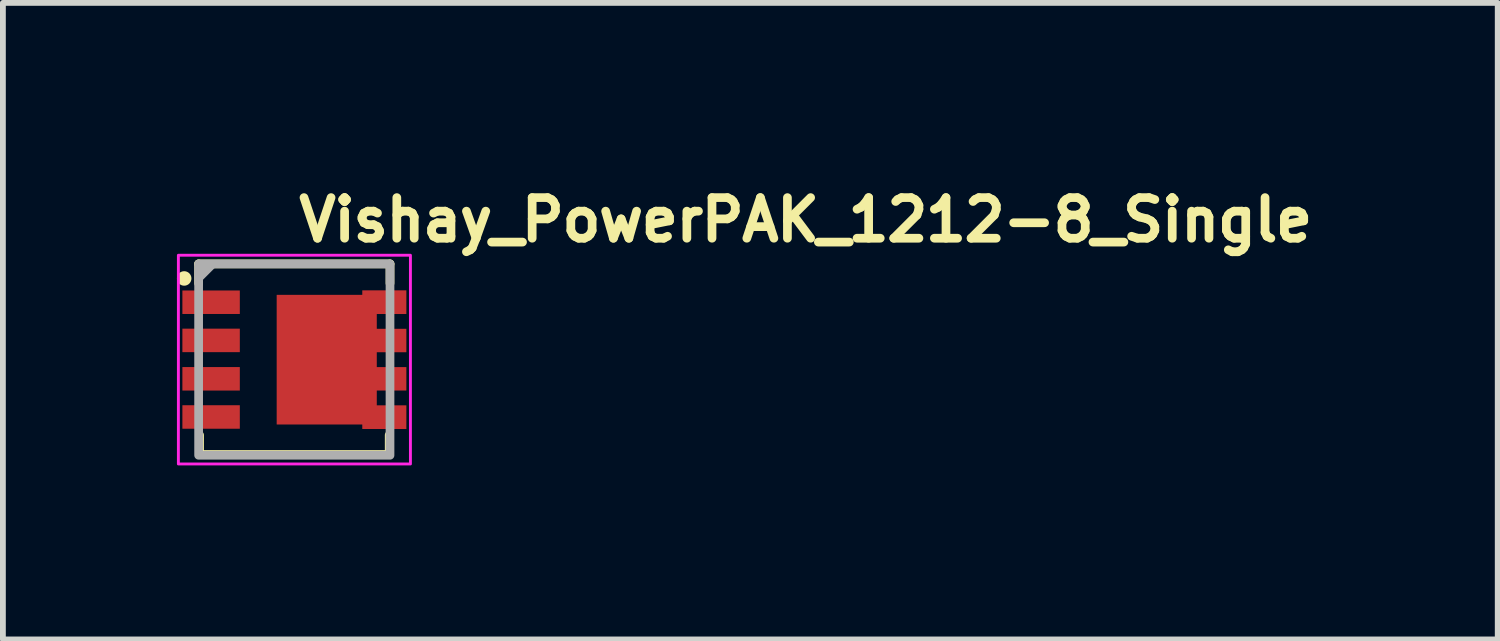
<source format=kicad_pcb>
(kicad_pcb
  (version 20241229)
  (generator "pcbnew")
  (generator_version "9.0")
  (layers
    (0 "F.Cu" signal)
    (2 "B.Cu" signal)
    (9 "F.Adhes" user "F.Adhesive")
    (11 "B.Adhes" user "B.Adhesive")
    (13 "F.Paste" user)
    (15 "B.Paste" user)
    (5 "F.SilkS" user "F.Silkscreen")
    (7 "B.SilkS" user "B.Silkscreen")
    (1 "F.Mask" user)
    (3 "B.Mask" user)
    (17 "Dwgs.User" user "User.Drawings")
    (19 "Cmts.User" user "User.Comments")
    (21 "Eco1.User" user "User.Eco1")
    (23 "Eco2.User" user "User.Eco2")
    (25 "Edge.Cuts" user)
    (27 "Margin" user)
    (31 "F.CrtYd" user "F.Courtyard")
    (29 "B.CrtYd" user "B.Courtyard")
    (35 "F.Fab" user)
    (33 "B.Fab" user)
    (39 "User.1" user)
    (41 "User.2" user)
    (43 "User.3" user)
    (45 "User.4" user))
  (footprint "Vishay_PowerPAK_1212-8_Single"
    (layer "F.Cu")
    (at 2.025 3.15)
    (property "Reference" "Vishay_PowerPAK_1212-8_Single" (at 0 -2 0) (layer "F.SilkS") (effects (font (size 0.7 0.7) (thickness 0.15)) (justify left bottom)))
    (attr smd)
    (fp_line (start -1.651 -1.651) (end -1.651 -1.317) (stroke (width 0.15) (type solid)) (layer "F.SilkS"))
    (fp_line (start -1.651 -1.651) (end 1.648 -1.651) (stroke (width 0.15) (type solid)) (layer "F.SilkS"))
    (fp_line (start -1.635 1.3) (end -1.635 1.634) (stroke (width 0.15) (type solid)) (layer "F.SilkS"))
    (fp_line (start -1.635 1.634) (end 1.634 1.634) (stroke (width 0.15) (type solid)) (layer "F.SilkS"))
    (fp_line (start 1.634 1.3) (end 1.634 1.634) (stroke (width 0.15) (type solid)) (layer "F.SilkS"))
    (fp_line (start 1.648 -1.651) (end 1.648 -1.317) (stroke (width 0.15) (type solid)) (layer "F.SilkS"))
    (fp_circle (center -1.9 -1.4) (end -1.85 -1.4) (stroke (width 0.15) (type solid)) (fill yes) (layer "F.SilkS"))
    (fp_rect (start -2 -1.8) (end 2 1.798) (stroke (width 0.05) (type solid)) (fill no) (layer "F.CrtYd"))
    (fp_line (start -1.643 -1.417) (end -1.417 -1.643) (stroke (width 0.15) (type solid)) (layer "F.Fab"))
    (fp_rect (start -1.651 -1.651) (end 1.648 1.648) (stroke (width 0.15) (type solid)) (fill no) (layer "F.Fab"))
    (fp_rect (start -1.651 -1.651) (end 1.648 1.648) (stroke (width 0.1) (type solid)) (fill no) (layer "User.5"))
    (fp_line (start -1.651 -1.125) (end -1.526 -1.125) (stroke (width 0.02) (type solid)) (layer "User.9"))
    (fp_line (start -1.651 -0.826) (end -1.651 -1.125) (stroke (width 0.02) (type solid)) (layer "User.9"))
    (fp_line (start -1.651 -0.476) (end -1.526 -0.476) (stroke (width 0.02) (type solid)) (layer "User.9"))
    (fp_line (start -1.651 -0.176) (end -1.651 -0.476) (stroke (width 0.02) (type solid)) (layer "User.9"))
    (fp_line (start -1.651 0.174) (end -1.526 0.174) (stroke (width 0.02) (type solid)) (layer "User.9"))
    (fp_line (start -1.651 0.474) (end -1.651 0.174) (stroke (width 0.02) (type solid)) (layer "User.9"))
    (fp_line (start -1.651 0.824) (end -1.526 0.824) (stroke (width 0.02) (type solid)) (layer "User.9"))
    (fp_line (start -1.651 1.124) (end -1.651 0.824) (stroke (width 0.02) (type solid)) (layer "User.9"))
    (fp_line (start -1.526 -1.486) (end -1.526 -1.484) (stroke (width 0.02) (type solid)) (layer "User.9"))
    (fp_line (start -1.526 -1.484) (end -1.526 -1.482) (stroke (width 0.02) (type solid)) (layer "User.9"))
    (fp_line (start -1.526 -1.482) (end -1.526 -1.478) (stroke (width 0.02) (type solid)) (layer "User.9"))
    (fp_line (start -1.526 -1.478) (end -1.526 -1.476) (stroke (width 0.02) (type solid)) (layer "User.9"))
    (fp_line (start -1.526 -1.476) (end -1.526 -1.125) (stroke (width 0.02) (type solid)) (layer "User.9"))
    (fp_line (start -1.526 -1.125) (end -1.526 -0.826) (stroke (width 0.02) (type solid)) (layer "User.9"))
    (fp_line (start -1.526 -0.826) (end -1.651 -0.826) (stroke (width 0.02) (type solid)) (layer "User.9"))
    (fp_line (start -1.526 -0.826) (end -1.526 -0.476) (stroke (width 0.02) (type solid)) (layer "User.9"))
    (fp_line (start -1.526 -0.476) (end -1.526 -0.176) (stroke (width 0.02) (type solid)) (layer "User.9"))
    (fp_line (start -1.526 -0.176) (end -1.651 -0.176) (stroke (width 0.02) (type solid)) (layer "User.9"))
    (fp_line (start -1.526 -0.176) (end -1.526 0.174) (stroke (width 0.02) (type solid)) (layer "User.9"))
    (fp_line (start -1.526 0.174) (end -1.526 0.474) (stroke (width 0.02) (type solid)) (layer "User.9"))
    (fp_line (start -1.526 0.474) (end -1.651 0.474) (stroke (width 0.02) (type solid)) (layer "User.9"))
    (fp_line (start -1.526 0.474) (end -1.526 0.824) (stroke (width 0.02) (type solid)) (layer "User.9"))
    (fp_line (start -1.526 0.824) (end -1.526 1.124) (stroke (width 0.02) (type solid)) (layer "User.9"))
    (fp_line (start -1.526 1.124) (end -1.651 1.124) (stroke (width 0.02) (type solid)) (layer "User.9"))
    (fp_line (start -1.526 1.124) (end -1.526 1.475) (stroke (width 0.02) (type solid)) (layer "User.9"))
    (fp_line (start -1.526 1.475) (end -1.526 1.477) (stroke (width 0.02) (type solid)) (layer "User.9"))
    (fp_line (start -1.526 1.475) (end -1.524 1.473) (stroke (width 0.02) (type solid)) (layer "User.9"))
    (fp_line (start -1.526 1.477) (end -1.526 1.479) (stroke (width 0.02) (type solid)) (layer "User.9"))
    (fp_line (start -1.526 1.479) (end -1.526 1.481) (stroke (width 0.02) (type solid)) (layer "User.9"))
    (fp_line (start -1.526 1.481) (end -1.526 1.485) (stroke (width 0.02) (type solid)) (layer "User.9"))
    (fp_line (start -1.526 1.485) (end -1.524 1.487) (stroke (width 0.02) (type solid)) (layer "User.9"))
    (fp_line (start -1.524 -1.494) (end -1.524 -1.49) (stroke (width 0.02) (type solid)) (layer "User.9"))
    (fp_line (start -1.524 -1.49) (end -1.524 -1.488) (stroke (width 0.02) (type solid)) (layer "User.9"))
    (fp_line (start -1.524 -1.488) (end -1.526 -1.486) (stroke (width 0.02) (type solid)) (layer "User.9"))
    (fp_line (start -1.524 -1.474) (end -1.526 -1.476) (stroke (width 0.02) (type solid)) (layer "User.9"))
    (fp_line (start -1.524 1.473) (end -1.522 1.469) (stroke (width 0.02) (type solid)) (layer "User.9"))
    (fp_line (start -1.524 1.487) (end -1.524 1.489) (stroke (width 0.02) (type solid)) (layer "User.9"))
    (fp_line (start -1.524 1.489) (end -1.524 1.491) (stroke (width 0.02) (type solid)) (layer "User.9"))
    (fp_line (start -1.524 1.491) (end -1.522 1.493) (stroke (width 0.02) (type solid)) (layer "User.9"))
    (fp_line (start -1.522 -1.498) (end -1.522 -1.496) (stroke (width 0.02) (type solid)) (layer "User.9"))
    (fp_line (start -1.522 -1.496) (end -1.524 -1.494) (stroke (width 0.02) (type solid)) (layer "User.9"))
    (fp_line (start -1.522 -1.472) (end -1.524 -1.474) (stroke (width 0.02) (type solid)) (layer "User.9"))
    (fp_line (start -1.522 1.469) (end -1.52 1.467) (stroke (width 0.02) (type solid)) (layer "User.9"))
    (fp_line (start -1.522 1.493) (end -1.522 1.495) (stroke (width 0.02) (type solid)) (layer "User.9"))
    (fp_line (start -1.522 1.495) (end -1.52 1.497) (stroke (width 0.02) (type solid)) (layer "User.9"))
    (fp_line (start -1.52 -1.5) (end -1.522 -1.498) (stroke (width 0.02) (type solid)) (layer "User.9"))
    (fp_line (start -1.52 -1.47) (end -1.522 -1.472) (stroke (width 0.02) (type solid)) (layer "User.9"))
    (fp_line (start -1.52 1.467) (end -1.518 1.465) (stroke (width 0.02) (type solid)) (layer "User.9"))
    (fp_line (start -1.52 1.497) (end -1.518 1.499) (stroke (width 0.02) (type solid)) (layer "User.9"))
    (fp_line (start -1.518 -1.504) (end -1.518 -1.502) (stroke (width 0.02) (type solid)) (layer "User.9"))
    (fp_line (start -1.518 -1.502) (end -1.52 -1.5) (stroke (width 0.02) (type solid)) (layer "User.9"))
    (fp_line (start -1.518 -1.466) (end -1.52 -1.47) (stroke (width 0.02) (type solid)) (layer "User.9"))
    (fp_line (start -1.518 1.465) (end -1.516 1.461) (stroke (width 0.02) (type solid)) (layer "User.9"))
    (fp_line (start -1.518 1.499) (end -1.518 1.501) (stroke (width 0.02) (type solid)) (layer "User.9"))
    (fp_line (start -1.518 1.501) (end -1.516 1.503) (stroke (width 0.02) (type solid)) (layer "User.9"))
    (fp_line (start -1.516 -1.506) (end -1.518 -1.504) (stroke (width 0.02) (type solid)) (layer "User.9"))
    (fp_line (start -1.516 -1.462) (end -1.518 -1.466) (stroke (width 0.02) (type solid)) (layer "User.9"))
    (fp_line (start -1.516 1.461) (end -1.514 1.457) (stroke (width 0.02) (type solid)) (layer "User.9"))
    (fp_line (start -1.516 1.503) (end -1.514 1.505) (stroke (width 0.02) (type solid)) (layer "User.9"))
    (fp_line (start -1.514 -1.508) (end -1.516 -1.506) (stroke (width 0.02) (type solid)) (layer "User.9"))
    (fp_line (start -1.514 -1.46) (end -1.516 -1.462) (stroke (width 0.02) (type solid)) (layer "User.9"))
    (fp_line (start -1.514 1.457) (end -1.512 1.455) (stroke (width 0.02) (type solid)) (layer "User.9"))
    (fp_line (start -1.514 1.505) (end -1.512 1.507) (stroke (width 0.02) (type solid)) (layer "User.9"))
    (fp_line (start -1.512 -1.512) (end -1.512 -1.51) (stroke (width 0.02) (type solid)) (layer "User.9"))
    (fp_line (start -1.512 -1.51) (end -1.514 -1.508) (stroke (width 0.02) (type solid)) (layer "User.9"))
    (fp_line (start -1.512 1.455) (end -1.51 1.451) (stroke (width 0.02) (type solid)) (layer "User.9"))
    (fp_line (start -1.512 1.507) (end -1.512 1.509) (stroke (width 0.02) (type solid)) (layer "User.9"))
    (fp_line (start -1.512 1.509) (end -1.51 1.511) (stroke (width 0.02) (type solid)) (layer "User.9"))
    (fp_line (start -1.51 -1.512) (end -1.512 -1.512) (stroke (width 0.02) (type solid)) (layer "User.9"))
    (fp_line (start -1.51 -1.452) (end -1.514 -1.46) (stroke (width 0.02) (type solid)) (layer "User.9"))
    (fp_line (start -1.51 1.451) (end -1.508 1.445) (stroke (width 0.02) (type solid)) (layer "User.9"))
    (fp_line (start -1.51 1.511) (end -1.508 1.513) (stroke (width 0.02) (type solid)) (layer "User.9"))
    (fp_line (start -1.508 -1.514) (end -1.51 -1.512) (stroke (width 0.02) (type solid)) (layer "User.9"))
    (fp_line (start -1.508 1.445) (end -1.506 1.441) (stroke (width 0.02) (type solid)) (layer "User.9"))
    (fp_line (start -1.508 1.513) (end -1.506 1.515) (stroke (width 0.02) (type solid)) (layer "User.9"))
    (fp_line (start -1.506 -1.516) (end -1.508 -1.514) (stroke (width 0.02) (type solid)) (layer "User.9"))
    (fp_line (start -1.506 -1.442) (end -1.51 -1.452) (stroke (width 0.02) (type solid)) (layer "User.9"))
    (fp_line (start -1.506 1.441) (end -1.504 1.437) (stroke (width 0.02) (type solid)) (layer "User.9"))
    (fp_line (start -1.506 1.515) (end -1.504 1.515) (stroke (width 0.02) (type solid)) (layer "User.9"))
    (fp_line (start -1.504 -1.518) (end -1.506 -1.516) (stroke (width 0.02) (type solid)) (layer "User.9"))
    (fp_line (start -1.504 1.437) (end -1.502 1.431) (stroke (width 0.02) (type solid)) (layer "User.9"))
    (fp_line (start -1.504 1.515) (end -1.502 1.517) (stroke (width 0.02) (type solid)) (layer "User.9"))
    (fp_line (start -1.502 -1.518) (end -1.504 -1.518) (stroke (width 0.02) (type solid)) (layer "User.9"))
    (fp_line (start -1.502 -1.434) (end -1.506 -1.442) (stroke (width 0.02) (type solid)) (layer "User.9"))
    (fp_line (start -1.502 1.431) (end -1.498 1.427) (stroke (width 0.02) (type solid)) (layer "User.9"))
    (fp_line (start -1.502 1.517) (end -1.5 1.519) (stroke (width 0.02) (type solid)) (layer "User.9"))
    (fp_line (start -1.5 -1.52) (end -1.502 -1.518) (stroke (width 0.02) (type solid)) (layer "User.9"))
    (fp_line (start -1.5 1.519) (end -1.498 1.519) (stroke (width 0.02) (type solid)) (layer "User.9"))
    (fp_line (start -1.498 -1.522) (end -1.5 -1.52) (stroke (width 0.02) (type solid)) (layer "User.9"))
    (fp_line (start -1.498 1.427) (end -1.496 1.421) (stroke (width 0.02) (type solid)) (layer "User.9"))
    (fp_line (start -1.498 1.519) (end -1.496 1.521) (stroke (width 0.02) (type solid)) (layer "User.9"))
    (fp_line (start -1.496 -1.522) (end -1.498 -1.522) (stroke (width 0.02) (type solid)) (layer "User.9"))
    (fp_line (start -1.496 -1.422) (end -1.502 -1.434) (stroke (width 0.02) (type solid)) (layer "User.9"))
    (fp_line (start -1.496 1.421) (end -1.494 1.415) (stroke (width 0.02) (type solid)) (layer "User.9"))
    (fp_line (start -1.496 1.521) (end -1.494 1.521) (stroke (width 0.02) (type solid)) (layer "User.9"))
    (fp_line (start -1.494 -1.524) (end -1.496 -1.522) (stroke (width 0.02) (type solid)) (layer "User.9"))
    (fp_line (start -1.494 1.415) (end -1.492 1.409) (stroke (width 0.02) (type solid)) (layer "User.9"))
    (fp_line (start -1.494 1.521) (end -1.49 1.521) (stroke (width 0.02) (type solid)) (layer "User.9"))
    (fp_line (start -1.492 -1.41) (end -1.496 -1.422) (stroke (width 0.02) (type solid)) (layer "User.9"))
    (fp_line (start -1.492 -1.41) (end -1.492 -1.41) (stroke (width 0.02) (type solid)) (layer "User.9"))
    (fp_line (start -1.492 1.409) (end -1.492 1.409) (stroke (width 0.02) (type solid)) (layer "User.9"))
    (fp_line (start -1.492 1.409) (end -1.484 1.388) (stroke (width 0.02) (type solid)) (layer "User.9"))
    (fp_line (start -1.49 -1.524) (end -1.494 -1.524) (stroke (width 0.02) (type solid)) (layer "User.9"))
    (fp_line (start -1.49 1.521) (end -1.488 1.523) (stroke (width 0.02) (type solid)) (layer "User.9"))
    (fp_line (start -1.488 -1.524) (end -1.49 -1.524) (stroke (width 0.02) (type solid)) (layer "User.9"))
    (fp_line (start -1.488 1.523) (end -1.486 1.523) (stroke (width 0.02) (type solid)) (layer "User.9"))
    (fp_line (start -1.486 -1.526) (end -1.488 -1.524) (stroke (width 0.02) (type solid)) (layer "User.9"))
    (fp_line (start -1.486 1.523) (end -1.484 1.523) (stroke (width 0.02) (type solid)) (layer "User.9"))
    (fp_line (start -1.484 -1.526) (end -1.486 -1.526) (stroke (width 0.02) (type solid)) (layer "User.9"))
    (fp_line (start -1.484 1.388) (end -1.476 1.364) (stroke (width 0.02) (type solid)) (layer "User.9"))
    (fp_line (start -1.484 1.523) (end -1.482 1.523) (stroke (width 0.02) (type solid)) (layer "User.9"))
    (fp_line (start -1.482 -1.526) (end -1.484 -1.526) (stroke (width 0.02) (type solid)) (layer "User.9"))
    (fp_line (start -1.482 -1.383) (end -1.492 -1.41) (stroke (width 0.02) (type solid)) (layer "User.9"))
    (fp_line (start -1.482 1.523) (end -1.478 1.523) (stroke (width 0.02) (type solid)) (layer "User.9"))
    (fp_line (start -1.478 -1.526) (end -1.482 -1.526) (stroke (width 0.02) (type solid)) (layer "User.9"))
    (fp_line (start -1.478 1.523) (end -1.476 1.523) (stroke (width 0.02) (type solid)) (layer "User.9"))
    (fp_line (start -1.476 -1.526) (end -1.478 -1.526) (stroke (width 0.02) (type solid)) (layer "User.9"))
    (fp_line (start -1.476 -1.526) (end -1.474 -1.524) (stroke (width 0.02) (type solid)) (layer "User.9"))
    (fp_line (start -1.476 1.364) (end -1.468 1.338) (stroke (width 0.02) (type solid)) (layer "User.9"))
    (fp_line (start -1.476 1.523) (end -0.315 1.523) (stroke (width 0.02) (type solid)) (layer "User.9"))
    (fp_line (start -1.474 -1.524) (end -1.472 -1.522) (stroke (width 0.02) (type solid)) (layer "User.9"))
    (fp_line (start -1.474 1.523) (end -1.476 1.523) (stroke (width 0.02) (type solid)) (layer "User.9"))
    (fp_line (start -1.472 -1.522) (end -1.47 -1.52) (stroke (width 0.02) (type solid)) (layer "User.9"))
    (fp_line (start -1.472 1.521) (end -1.474 1.523) (stroke (width 0.02) (type solid)) (layer "User.9"))
    (fp_line (start -1.47 -1.52) (end -1.466 -1.518) (stroke (width 0.02) (type solid)) (layer "User.9"))
    (fp_line (start -1.47 1.519) (end -1.472 1.521) (stroke (width 0.02) (type solid)) (layer "User.9"))
    (fp_line (start -1.468 1.338) (end -1.458 1.314) (stroke (width 0.02) (type solid)) (layer "User.9"))
    (fp_line (start -1.466 -1.518) (end -1.464 -1.516) (stroke (width 0.02) (type solid)) (layer "User.9"))
    (fp_line (start -1.466 1.517) (end -1.47 1.519) (stroke (width 0.02) (type solid)) (layer "User.9"))
    (fp_line (start -1.464 -1.516) (end -1.46 -1.514) (stroke (width 0.02) (type solid)) (layer "User.9"))
    (fp_line (start -1.462 1.515) (end -1.466 1.517) (stroke (width 0.02) (type solid)) (layer "User.9"))
    (fp_line (start -1.46 -1.514) (end -1.456 -1.512) (stroke (width 0.02) (type solid)) (layer "User.9"))
    (fp_line (start -1.46 1.513) (end -1.462 1.515) (stroke (width 0.02) (type solid)) (layer "User.9"))
    (fp_line (start -1.458 -1.315) (end -1.482 -1.383) (stroke (width 0.02) (type solid)) (layer "User.9"))
    (fp_line (start -1.458 1.314) (end -1.456 1.308) (stroke (width 0.02) (type solid)) (layer "User.9"))
    (fp_line (start -1.456 -1.512) (end -1.452 -1.51) (stroke (width 0.02) (type solid)) (layer "User.9"))
    (fp_line (start -1.456 -1.305) (end -1.458 -1.315) (stroke (width 0.02) (type solid)) (layer "User.9"))
    (fp_line (start -1.456 1.304) (end -1.452 1.292) (stroke (width 0.02) (type solid)) (layer "User.9"))
    (fp_line (start -1.456 1.308) (end -1.456 1.304) (stroke (width 0.02) (type solid)) (layer "User.9"))
    (fp_line (start -1.452 -1.51) (end -1.448 -1.508) (stroke (width 0.02) (type solid)) (layer "User.9"))
    (fp_line (start -1.452 -1.295) (end -1.456 -1.305) (stroke (width 0.02) (type solid)) (layer "User.9"))
    (fp_line (start -1.452 1.292) (end -1.45 1.28) (stroke (width 0.02) (type solid)) (layer "User.9"))
    (fp_line (start -1.452 1.507) (end -1.46 1.513) (stroke (width 0.02) (type solid)) (layer "User.9"))
    (fp_line (start -1.45 -1.283) (end -1.452 -1.295) (stroke (width 0.02) (type solid)) (layer "User.9"))
    (fp_line (start -1.45 1.28) (end -1.448 1.267) (stroke (width 0.02) (type solid)) (layer "User.9"))
    (fp_line (start -1.448 -1.508) (end -1.444 -1.506) (stroke (width 0.02) (type solid)) (layer "User.9"))
    (fp_line (start -1.448 -1.27) (end -1.45 -1.283) (stroke (width 0.02) (type solid)) (layer "User.9"))
    (fp_line (start -1.448 1.267) (end -1.444 1.253) (stroke (width 0.02) (type solid)) (layer "User.9"))
    (fp_line (start -1.444 -1.506) (end -1.438 -1.504) (stroke (width 0.02) (type solid)) (layer "User.9"))
    (fp_line (start -1.444 -1.256) (end -1.448 -1.27) (stroke (width 0.02) (type solid)) (layer "User.9"))
    (fp_line (start -1.444 1.253) (end -1.442 1.239) (stroke (width 0.02) (type solid)) (layer "User.9"))
    (fp_line (start -1.442 -1.24) (end -1.444 -1.256) (stroke (width 0.02) (type solid)) (layer "User.9"))
    (fp_line (start -1.442 1.239) (end -1.44 1.223) (stroke (width 0.02) (type solid)) (layer "User.9"))
    (fp_line (start -1.442 1.503) (end -1.452 1.507) (stroke (width 0.02) (type solid)) (layer "User.9"))
    (fp_line (start -1.44 -1.224) (end -1.442 -1.24) (stroke (width 0.02) (type solid)) (layer "User.9"))
    (fp_line (start -1.44 1.223) (end -1.438 1.205) (stroke (width 0.02) (type solid)) (layer "User.9"))
    (fp_line (start -1.438 -1.504) (end -1.434 -1.502) (stroke (width 0.02) (type solid)) (layer "User.9"))
    (fp_line (start -1.438 -1.212) (end -1.438 -1.208) (stroke (width 0.02) (type solid)) (layer "User.9"))
    (fp_line (start -1.438 -1.208) (end -1.44 -1.224) (stroke (width 0.02) (type solid)) (layer "User.9"))
    (fp_line (start -1.438 -1.208) (end -1.438 -1.19) (stroke (width 0.02) (type solid)) (layer "User.9"))
    (fp_line (start -1.438 -1.19) (end -1.436 -1.17) (stroke (width 0.02) (type solid)) (layer "User.9"))
    (fp_line (start -1.438 1.187) (end -1.438 1.205) (stroke (width 0.02) (type solid)) (layer "User.9"))
    (fp_line (start -1.438 1.205) (end -1.438 1.211) (stroke (width 0.02) (type solid)) (layer "User.9"))
    (fp_line (start -1.438 1.211) (end -1.436 1.215) (stroke (width 0.02) (type solid)) (layer "User.9"))
    (fp_line (start -1.436 -1.218) (end -1.438 -1.212) (stroke (width 0.02) (type solid)) (layer "User.9"))
    (fp_line (start -1.436 -1.17) (end -1.434 -1.151) (stroke (width 0.02) (type solid)) (layer "User.9"))
    (fp_line (start -1.436 1.169) (end -1.438 1.187) (stroke (width 0.02) (type solid)) (layer "User.9"))
    (fp_line (start -1.436 1.215) (end -1.434 1.221) (stroke (width 0.02) (type solid)) (layer "User.9"))
    (fp_line (start -1.434 -1.502) (end -1.428 -1.498) (stroke (width 0.02) (type solid)) (layer "User.9"))
    (fp_line (start -1.434 -1.222) (end -1.436 -1.218) (stroke (width 0.02) (type solid)) (layer "User.9"))
    (fp_line (start -1.434 -1.151) (end -1.434 -1.129) (stroke (width 0.02) (type solid)) (layer "User.9"))
    (fp_line (start -1.434 -1.129) (end -1.434 -1.107) (stroke (width 0.02) (type solid)) (layer "User.9"))
    (fp_line (start -1.434 -1.107) (end -1.432 -1.085) (stroke (width 0.02) (type solid)) (layer "User.9"))
    (fp_line (start -1.434 1.128) (end -1.434 1.148) (stroke (width 0.02) (type solid)) (layer "User.9"))
    (fp_line (start -1.434 1.148) (end -1.436 1.169) (stroke (width 0.02) (type solid)) (layer "User.9"))
    (fp_line (start -1.434 1.221) (end -1.432 1.225) (stroke (width 0.02) (type solid)) (layer "User.9"))
    (fp_line (start -1.434 1.499) (end -1.442 1.503) (stroke (width 0.02) (type solid)) (layer "User.9"))
    (fp_line (start -1.432 -1.228) (end -1.434 -1.222) (stroke (width 0.02) (type solid)) (layer "User.9"))
    (fp_line (start -1.432 -1.085) (end -1.432 -1.061) (stroke (width 0.02) (type solid)) (layer "User.9"))
    (fp_line (start -1.432 -1.061) (end -1.432 -1.035) (stroke (width 0.02) (type solid)) (layer "User.9"))
    (fp_line (start -1.432 1.032) (end -1.432 1.082) (stroke (width 0.02) (type solid)) (layer "User.9"))
    (fp_line (start -1.432 1.032) (end -1.365 1.032) (stroke (width 0.02) (type solid)) (layer "User.9"))
    (fp_line (start -1.432 1.082) (end -1.434 1.128) (stroke (width 0.02) (type solid)) (layer "User.9"))
    (fp_line (start -1.432 1.225) (end -1.428 1.231) (stroke (width 0.02) (type solid)) (layer "User.9"))
    (fp_line (start -1.428 -1.498) (end -1.422 -1.496) (stroke (width 0.02) (type solid)) (layer "User.9"))
    (fp_line (start -1.428 -1.232) (end -1.432 -1.228) (stroke (width 0.02) (type solid)) (layer "User.9"))
    (fp_line (start -1.428 1.231) (end -1.424 1.237) (stroke (width 0.02) (type solid)) (layer "User.9"))
    (fp_line (start -1.424 -1.238) (end -1.428 -1.232) (stroke (width 0.02) (type solid)) (layer "User.9"))
    (fp_line (start -1.424 1.237) (end -1.42 1.241) (stroke (width 0.02) (type solid)) (layer "User.9"))
    (fp_line (start -1.422 -1.496) (end -1.416 -1.494) (stroke (width 0.02) (type solid)) (layer "User.9"))
    (fp_line (start -1.422 1.495) (end -1.434 1.499) (stroke (width 0.02) (type solid)) (layer "User.9"))
    (fp_line (start -1.42 -1.244) (end -1.424 -1.238) (stroke (width 0.02) (type solid)) (layer "User.9"))
    (fp_line (start -1.42 1.241) (end -1.416 1.247) (stroke (width 0.02) (type solid)) (layer "User.9"))
    (fp_line (start -1.416 -1.494) (end -1.41 -1.492) (stroke (width 0.02) (type solid)) (layer "User.9"))
    (fp_line (start -1.416 -1.416) (end -1.321 -1.321) (stroke (width 0.02) (type solid)) (layer "User.9"))
    (fp_line (start -1.416 -1.25) (end -1.42 -1.244) (stroke (width 0.02) (type solid)) (layer "User.9"))
    (fp_line (start -1.416 1.247) (end -1.412 1.253) (stroke (width 0.02) (type solid)) (layer "User.9"))
    (fp_line (start -1.416 1.413) (end -1.321 1.32) (stroke (width 0.02) (type solid)) (layer "User.9"))
    (fp_line (start -1.412 -1.254) (end -1.416 -1.25) (stroke (width 0.02) (type solid)) (layer "User.9"))
    (fp_line (start -1.412 1.253) (end -1.407 1.259) (stroke (width 0.02) (type solid)) (layer "User.9"))
    (fp_line (start -1.41 -1.492) (end -1.41 -1.492) (stroke (width 0.02) (type solid)) (layer "User.9"))
    (fp_line (start -1.41 -1.492) (end -1.391 -1.484) (stroke (width 0.02) (type solid)) (layer "User.9"))
    (fp_line (start -1.41 1.489) (end -1.422 1.495) (stroke (width 0.02) (type solid)) (layer "User.9"))
    (fp_line (start -1.41 1.489) (end -1.41 1.489) (stroke (width 0.02) (type solid)) (layer "User.9"))
    (fp_line (start -1.407 -1.26) (end -1.412 -1.254) (stroke (width 0.02) (type solid)) (layer "User.9"))
    (fp_line (start -1.407 1.259) (end -1.401 1.265) (stroke (width 0.02) (type solid)) (layer "User.9"))
    (fp_line (start -1.401 -1.266) (end -1.407 -1.26) (stroke (width 0.02) (type solid)) (layer "User.9"))
    (fp_line (start -1.401 1.265) (end -1.397 1.269) (stroke (width 0.02) (type solid)) (layer "User.9"))
    (fp_line (start -1.397 -1.272) (end -1.401 -1.266) (stroke (width 0.02) (type solid)) (layer "User.9"))
    (fp_line (start -1.397 1.269) (end -1.391 1.275) (stroke (width 0.02) (type solid)) (layer "User.9"))
    (fp_line (start -1.391 -1.484) (end -1.367 -1.476) (stroke (width 0.02) (type solid)) (layer "User.9"))
    (fp_line (start -1.391 -1.276) (end -1.397 -1.272) (stroke (width 0.02) (type solid)) (layer "User.9"))
    (fp_line (start -1.391 1.275) (end -1.385 1.28) (stroke (width 0.02) (type solid)) (layer "User.9"))
    (fp_line (start -1.385 -1.283) (end -1.391 -1.276) (stroke (width 0.02) (type solid)) (layer "User.9"))
    (fp_line (start -1.385 1.28) (end -1.379 1.286) (stroke (width 0.02) (type solid)) (layer "User.9"))
    (fp_line (start -1.383 1.481) (end -1.41 1.489) (stroke (width 0.02) (type solid)) (layer "User.9"))
    (fp_line (start -1.379 -1.287) (end -1.385 -1.283) (stroke (width 0.02) (type solid)) (layer "User.9"))
    (fp_line (start -1.379 1.286) (end -1.373 1.29) (stroke (width 0.02) (type solid)) (layer "User.9"))
    (fp_line (start -1.373 -1.291) (end -1.379 -1.287) (stroke (width 0.02) (type solid)) (layer "User.9"))
    (fp_line (start -1.373 -1.291) (end -1.373 -1.291) (stroke (width 0.02) (type solid)) (layer "User.9"))
    (fp_line (start -1.373 1.29) (end -1.373 1.29) (stroke (width 0.02) (type solid)) (layer "User.9"))
    (fp_line (start -1.373 1.29) (end -1.367 1.294) (stroke (width 0.02) (type solid)) (layer "User.9"))
    (fp_line (start -1.367 -1.476) (end -1.341 -1.468) (stroke (width 0.02) (type solid)) (layer "User.9"))
    (fp_line (start -1.367 -1.297) (end -1.373 -1.291) (stroke (width 0.02) (type solid)) (layer "User.9"))
    (fp_line (start -1.367 1.294) (end -1.361 1.298) (stroke (width 0.02) (type solid)) (layer "User.9"))
    (fp_line (start -1.365 -1.065) (end -1.365 -1.035) (stroke (width 0.02) (type solid)) (layer "User.9"))
    (fp_line (start -1.365 -1.035) (end -1.432 -1.035) (stroke (width 0.02) (type solid)) (layer "User.9"))
    (fp_line (start -1.365 -1.035) (end -1.234 -1.035) (stroke (width 0.02) (type solid)) (layer "User.9"))
    (fp_line (start -1.365 1.032) (end -1.365 1.064) (stroke (width 0.02) (type solid)) (layer "User.9"))
    (fp_line (start -1.365 1.032) (end -1.234 1.032) (stroke (width 0.02) (type solid)) (layer "User.9"))
    (fp_line (start -1.365 1.064) (end -1.363 1.094) (stroke (width 0.02) (type solid)) (layer "User.9"))
    (fp_line (start -1.363 -1.097) (end -1.365 -1.065) (stroke (width 0.02) (type solid)) (layer "User.9"))
    (fp_line (start -1.363 1.094) (end -1.361 1.124) (stroke (width 0.02) (type solid)) (layer "User.9"))
    (fp_line (start -1.361 -1.301) (end -1.367 -1.297) (stroke (width 0.02) (type solid)) (layer "User.9"))
    (fp_line (start -1.361 -1.127) (end -1.363 -1.097) (stroke (width 0.02) (type solid)) (layer "User.9"))
    (fp_line (start -1.361 1.124) (end -1.359 1.153) (stroke (width 0.02) (type solid)) (layer "User.9"))
    (fp_line (start -1.361 1.298) (end -1.355 1.302) (stroke (width 0.02) (type solid)) (layer "User.9"))
    (fp_line (start -1.359 -1.156) (end -1.361 -1.127) (stroke (width 0.02) (type solid)) (layer "User.9"))
    (fp_line (start -1.359 1.153) (end -1.355 1.181) (stroke (width 0.02) (type solid)) (layer "User.9"))
    (fp_line (start -1.355 -1.305) (end -1.361 -1.301) (stroke (width 0.02) (type solid)) (layer "User.9"))
    (fp_line (start -1.355 -1.184) (end -1.359 -1.156) (stroke (width 0.02) (type solid)) (layer "User.9"))
    (fp_line (start -1.355 1.181) (end -1.351 1.207) (stroke (width 0.02) (type solid)) (layer "User.9"))
    (fp_line (start -1.355 1.302) (end -1.347 1.306) (stroke (width 0.02) (type solid)) (layer "User.9"))
    (fp_line (start -1.351 -1.21) (end -1.355 -1.184) (stroke (width 0.02) (type solid)) (layer "User.9"))
    (fp_line (start -1.351 1.207) (end -1.347 1.231) (stroke (width 0.02) (type solid)) (layer "User.9"))
    (fp_line (start -1.347 -1.307) (end -1.355 -1.305) (stroke (width 0.02) (type solid)) (layer "User.9"))
    (fp_line (start -1.347 -1.234) (end -1.351 -1.21) (stroke (width 0.02) (type solid)) (layer "User.9"))
    (fp_line (start -1.347 1.231) (end -1.343 1.253) (stroke (width 0.02) (type solid)) (layer "User.9"))
    (fp_line (start -1.347 1.306) (end -1.341 1.31) (stroke (width 0.02) (type solid)) (layer "User.9"))
    (fp_line (start -1.343 -1.256) (end -1.347 -1.234) (stroke (width 0.02) (type solid)) (layer "User.9"))
    (fp_line (start -1.343 -1.256) (end -1.343 -1.256) (stroke (width 0.02) (type solid)) (layer "User.9"))
    (fp_line (start -1.343 1.253) (end -1.343 1.253) (stroke (width 0.02) (type solid)) (layer "User.9"))
    (fp_line (start -1.343 1.253) (end -1.341 1.263) (stroke (width 0.02) (type solid)) (layer "User.9"))
    (fp_line (start -1.341 -1.468) (end -1.315 -1.458) (stroke (width 0.02) (type solid)) (layer "User.9"))
    (fp_line (start -1.341 -1.311) (end -1.347 -1.307) (stroke (width 0.02) (type solid)) (layer "User.9"))
    (fp_line (start -1.341 -1.264) (end -1.343 -1.256) (stroke (width 0.02) (type solid)) (layer "User.9"))
    (fp_line (start -1.341 1.263) (end -1.337 1.271) (stroke (width 0.02) (type solid)) (layer "User.9"))
    (fp_line (start -1.341 1.31) (end -1.335 1.312) (stroke (width 0.02) (type solid)) (layer "User.9"))
    (fp_line (start -1.337 -1.274) (end -1.341 -1.264) (stroke (width 0.02) (type solid)) (layer "User.9"))
    (fp_line (start -1.337 1.271) (end -1.335 1.28) (stroke (width 0.02) (type solid)) (layer "User.9"))
    (fp_line (start -1.335 -1.315) (end -1.341 -1.311) (stroke (width 0.02) (type solid)) (layer "User.9"))
    (fp_line (start -1.335 -1.283) (end -1.337 -1.274) (stroke (width 0.02) (type solid)) (layer "User.9"))
    (fp_line (start -1.335 1.28) (end -1.333 1.29) (stroke (width 0.02) (type solid)) (layer "User.9"))
    (fp_line (start -1.335 1.312) (end -1.327 1.316) (stroke (width 0.02) (type solid)) (layer "User.9"))
    (fp_line (start -1.333 -1.291) (end -1.335 -1.283) (stroke (width 0.02) (type solid)) (layer "User.9"))
    (fp_line (start -1.333 1.29) (end -1.329 1.298) (stroke (width 0.02) (type solid)) (layer "User.9"))
    (fp_line (start -1.329 -1.299) (end -1.333 -1.291) (stroke (width 0.02) (type solid)) (layer "User.9"))
    (fp_line (start -1.329 1.298) (end -1.327 1.304) (stroke (width 0.02) (type solid)) (layer "User.9"))
    (fp_line (start -1.327 -1.319) (end -1.335 -1.315) (stroke (width 0.02) (type solid)) (layer "User.9"))
    (fp_line (start -1.327 -1.307) (end -1.329 -1.299) (stroke (width 0.02) (type solid)) (layer "User.9"))
    (fp_line (start -1.327 1.304) (end -1.325 1.312) (stroke (width 0.02) (type solid)) (layer "User.9"))
    (fp_line (start -1.327 1.316) (end -1.321 1.32) (stroke (width 0.02) (type solid)) (layer "User.9"))
    (fp_line (start -1.325 -1.315) (end -1.327 -1.307) (stroke (width 0.02) (type solid)) (layer "User.9"))
    (fp_line (start -1.325 1.312) (end -1.321 1.32) (stroke (width 0.02) (type solid)) (layer "User.9"))
    (fp_line (start -1.321 -1.321) (end -1.327 -1.319) (stroke (width 0.02) (type solid)) (layer "User.9"))
    (fp_line (start -1.321 -1.321) (end -1.325 -1.315) (stroke (width 0.02) (type solid)) (layer "User.9"))
    (fp_line (start -1.321 -1.321) (end -1.285 -1.285) (stroke (width 0.02) (type solid)) (layer "User.9"))
    (fp_line (start -1.321 1.32) (end -1.319 1.326) (stroke (width 0.02) (type solid)) (layer "User.9"))
    (fp_line (start -1.321 1.32) (end -1.315 1.322) (stroke (width 0.02) (type solid)) (layer "User.9"))
    (fp_line (start -1.321 1.32) (end -1.285 1.282) (stroke (width 0.02) (type solid)) (layer "User.9"))
    (fp_line (start -1.319 -1.327) (end -1.321 -1.321) (stroke (width 0.02) (type solid)) (layer "User.9"))
    (fp_line (start -1.319 1.326) (end -1.315 1.332) (stroke (width 0.02) (type solid)) (layer "User.9"))
    (fp_line (start -1.315 -1.458) (end -1.311 -1.456) (stroke (width 0.02) (type solid)) (layer "User.9"))
    (fp_line (start -1.315 -1.335) (end -1.319 -1.327) (stroke (width 0.02) (type solid)) (layer "User.9"))
    (fp_line (start -1.315 -1.325) (end -1.321 -1.321) (stroke (width 0.02) (type solid)) (layer "User.9"))
    (fp_line (start -1.315 1.322) (end -1.307 1.324) (stroke (width 0.02) (type solid)) (layer "User.9"))
    (fp_line (start -1.315 1.332) (end -1.311 1.34) (stroke (width 0.02) (type solid)) (layer "User.9"))
    (fp_line (start -1.315 1.457) (end -1.383 1.481) (stroke (width 0.02) (type solid)) (layer "User.9"))
    (fp_line (start -1.311 -1.456) (end -1.305 -1.456) (stroke (width 0.02) (type solid)) (layer "User.9"))
    (fp_line (start -1.311 -1.341) (end -1.315 -1.335) (stroke (width 0.02) (type solid)) (layer "User.9"))
    (fp_line (start -1.311 1.34) (end -1.307 1.346) (stroke (width 0.02) (type solid)) (layer "User.9"))
    (fp_line (start -1.307 -1.347) (end -1.311 -1.341) (stroke (width 0.02) (type solid)) (layer "User.9"))
    (fp_line (start -1.307 -1.327) (end -1.315 -1.325) (stroke (width 0.02) (type solid)) (layer "User.9"))
    (fp_line (start -1.307 1.324) (end -1.299 1.328) (stroke (width 0.02) (type solid)) (layer "User.9"))
    (fp_line (start -1.307 1.346) (end -1.305 1.352) (stroke (width 0.02) (type solid)) (layer "User.9"))
    (fp_line (start -1.305 -1.456) (end -1.295 -1.452) (stroke (width 0.02) (type solid)) (layer "User.9"))
    (fp_line (start -1.305 -1.355) (end -1.307 -1.347) (stroke (width 0.02) (type solid)) (layer "User.9"))
    (fp_line (start -1.305 1.352) (end -1.301 1.358) (stroke (width 0.02) (type solid)) (layer "User.9"))
    (fp_line (start -1.305 1.453) (end -1.315 1.457) (stroke (width 0.02) (type solid)) (layer "User.9"))
    (fp_line (start -1.301 -1.361) (end -1.305 -1.355) (stroke (width 0.02) (type solid)) (layer "User.9"))
    (fp_line (start -1.301 1.358) (end -1.297 1.364) (stroke (width 0.02) (type solid)) (layer "User.9"))
    (fp_line (start -1.299 -1.329) (end -1.307 -1.327) (stroke (width 0.02) (type solid)) (layer "User.9"))
    (fp_line (start -1.299 1.328) (end -1.291 1.33) (stroke (width 0.02) (type solid)) (layer "User.9"))
    (fp_line (start -1.297 -1.367) (end -1.301 -1.361) (stroke (width 0.02) (type solid)) (layer "User.9"))
    (fp_line (start -1.297 1.364) (end -1.291 1.37) (stroke (width 0.02) (type solid)) (layer "User.9"))
    (fp_line (start -1.295 -1.452) (end -1.283 -1.45) (stroke (width 0.02) (type solid)) (layer "User.9"))
    (fp_line (start -1.295 1.451) (end -1.305 1.453) (stroke (width 0.02) (type solid)) (layer "User.9"))
    (fp_line (start -1.291 -1.373) (end -1.297 -1.367) (stroke (width 0.02) (type solid)) (layer "User.9"))
    (fp_line (start -1.291 -1.373) (end -1.291 -1.373) (stroke (width 0.02) (type solid)) (layer "User.9"))
    (fp_line (start -1.291 -1.333) (end -1.299 -1.329) (stroke (width 0.02) (type solid)) (layer "User.9"))
    (fp_line (start -1.291 1.33) (end -1.283 1.334) (stroke (width 0.02) (type solid)) (layer "User.9"))
    (fp_line (start -1.291 1.37) (end -1.291 1.37) (stroke (width 0.02) (type solid)) (layer "User.9"))
    (fp_line (start -1.291 1.37) (end -1.287 1.376) (stroke (width 0.02) (type solid)) (layer "User.9"))
    (fp_line (start -1.287 -1.379) (end -1.291 -1.373) (stroke (width 0.02) (type solid)) (layer "User.9"))
    (fp_line (start -1.287 1.376) (end -1.283 1.382) (stroke (width 0.02) (type solid)) (layer "User.9"))
    (fp_line (start -1.285 -1.285) (end -1.285 -1.285) (stroke (width 0.02) (type solid)) (layer "User.9"))
    (fp_line (start -1.285 -1.285) (end -1.176 -1.176) (stroke (width 0.02) (type solid)) (layer "User.9"))
    (fp_line (start -1.285 1.282) (end -1.285 1.282) (stroke (width 0.02) (type solid)) (layer "User.9"))
    (fp_line (start -1.285 1.282) (end -1.176 1.175) (stroke (width 0.02) (type solid)) (layer "User.9"))
    (fp_line (start -1.283 -1.45) (end -1.27 -1.448) (stroke (width 0.02) (type solid)) (layer "User.9"))
    (fp_line (start -1.283 -1.385) (end -1.287 -1.379) (stroke (width 0.02) (type solid)) (layer "User.9"))
    (fp_line (start -1.283 -1.335) (end -1.291 -1.333) (stroke (width 0.02) (type solid)) (layer "User.9"))
    (fp_line (start -1.283 1.334) (end -1.274 1.336) (stroke (width 0.02) (type solid)) (layer "User.9"))
    (fp_line (start -1.283 1.382) (end -1.276 1.388) (stroke (width 0.02) (type solid)) (layer "User.9"))
    (fp_line (start -1.283 1.447) (end -1.295 1.451) (stroke (width 0.02) (type solid)) (layer "User.9"))
    (fp_line (start -1.276 -1.391) (end -1.283 -1.385) (stroke (width 0.02) (type solid)) (layer "User.9"))
    (fp_line (start -1.276 1.388) (end -1.272 1.394) (stroke (width 0.02) (type solid)) (layer "User.9"))
    (fp_line (start -1.274 -1.337) (end -1.283 -1.335) (stroke (width 0.02) (type solid)) (layer "User.9"))
    (fp_line (start -1.274 1.336) (end -1.264 1.338) (stroke (width 0.02) (type solid)) (layer "User.9"))
    (fp_line (start -1.272 -1.397) (end -1.276 -1.391) (stroke (width 0.02) (type solid)) (layer "User.9"))
    (fp_line (start -1.272 1.394) (end -1.266 1.4) (stroke (width 0.02) (type solid)) (layer "User.9"))
    (fp_line (start -1.27 -1.448) (end -1.256 -1.444) (stroke (width 0.02) (type solid)) (layer "User.9"))
    (fp_line (start -1.27 1.445) (end -1.283 1.447) (stroke (width 0.02) (type solid)) (layer "User.9"))
    (fp_line (start -1.266 -1.401) (end -1.272 -1.397) (stroke (width 0.02) (type solid)) (layer "User.9"))
    (fp_line (start -1.266 1.4) (end -1.26 1.404) (stroke (width 0.02) (type solid)) (layer "User.9"))
    (fp_line (start -1.264 -1.341) (end -1.274 -1.337) (stroke (width 0.02) (type solid)) (layer "User.9"))
    (fp_line (start -1.264 1.338) (end -1.256 1.34) (stroke (width 0.02) (type solid)) (layer "User.9"))
    (fp_line (start -1.26 -1.407) (end -1.266 -1.401) (stroke (width 0.02) (type solid)) (layer "User.9"))
    (fp_line (start -1.26 1.404) (end -1.254 1.409) (stroke (width 0.02) (type solid)) (layer "User.9"))
    (fp_line (start -1.256 -1.444) (end -1.24 -1.442) (stroke (width 0.02) (type solid)) (layer "User.9"))
    (fp_line (start -1.256 -1.343) (end -1.264 -1.341) (stroke (width 0.02) (type solid)) (layer "User.9"))
    (fp_line (start -1.256 -1.343) (end -1.256 -1.343) (stroke (width 0.02) (type solid)) (layer "User.9"))
    (fp_line (start -1.256 1.34) (end -1.256 1.34) (stroke (width 0.02) (type solid)) (layer "User.9"))
    (fp_line (start -1.256 1.34) (end -1.234 1.346) (stroke (width 0.02) (type solid)) (layer "User.9"))
    (fp_line (start -1.256 1.443) (end -1.27 1.445) (stroke (width 0.02) (type solid)) (layer "User.9"))
    (fp_line (start -1.254 -1.412) (end -1.26 -1.407) (stroke (width 0.02) (type solid)) (layer "User.9"))
    (fp_line (start -1.254 1.409) (end -1.25 1.415) (stroke (width 0.02) (type solid)) (layer "User.9"))
    (fp_line (start -1.25 -1.416) (end -1.254 -1.412) (stroke (width 0.02) (type solid)) (layer "User.9"))
    (fp_line (start -1.25 1.415) (end -1.244 1.419) (stroke (width 0.02) (type solid)) (layer "User.9"))
    (fp_line (start -1.244 -1.42) (end -1.25 -1.416) (stroke (width 0.02) (type solid)) (layer "User.9"))
    (fp_line (start -1.244 1.419) (end -1.238 1.423) (stroke (width 0.02) (type solid)) (layer "User.9"))
    (fp_line (start -1.24 -1.442) (end -1.224 -1.44) (stroke (width 0.02) (type solid)) (layer "User.9"))
    (fp_line (start -1.24 1.441) (end -1.256 1.443) (stroke (width 0.02) (type solid)) (layer "User.9"))
    (fp_line (start -1.238 -1.424) (end -1.244 -1.42) (stroke (width 0.02) (type solid)) (layer "User.9"))
    (fp_line (start -1.238 1.423) (end -1.232 1.425) (stroke (width 0.02) (type solid)) (layer "User.9"))
    (fp_line (start -1.234 -1.347) (end -1.256 -1.343) (stroke (width 0.02) (type solid)) (layer "User.9"))
    (fp_line (start -1.234 -1.055) (end -1.232 -1.065) (stroke (width 0.02) (type solid)) (layer "User.9"))
    (fp_line (start -1.234 -1.045) (end -1.234 -1.055) (stroke (width 0.02) (type solid)) (layer "User.9"))
    (fp_line (start -1.234 -1.035) (end -1.234 -1.045) (stroke (width 0.02) (type solid)) (layer "User.9"))
    (fp_line (start -1.234 1.044) (end -1.234 1.032) (stroke (width 0.02) (type solid)) (layer "User.9"))
    (fp_line (start -1.234 1.054) (end -1.234 1.044) (stroke (width 0.02) (type solid)) (layer "User.9"))
    (fp_line (start -1.234 1.346) (end -1.21 1.35) (stroke (width 0.02) (type solid)) (layer "User.9"))
    (fp_line (start -1.232 -1.428) (end -1.238 -1.424) (stroke (width 0.02) (type solid)) (layer "User.9"))
    (fp_line (start -1.232 -1.065) (end -1.23 -1.075) (stroke (width 0.02) (type solid)) (layer "User.9"))
    (fp_line (start -1.232 1.062) (end -1.234 1.054) (stroke (width 0.02) (type solid)) (layer "User.9"))
    (fp_line (start -1.232 1.425) (end -1.228 1.429) (stroke (width 0.02) (type solid)) (layer "User.9"))
    (fp_line (start -1.23 -1.075) (end -1.228 -1.085) (stroke (width 0.02) (type solid)) (layer "User.9"))
    (fp_line (start -1.23 1.072) (end -1.232 1.062) (stroke (width 0.02) (type solid)) (layer "User.9"))
    (fp_line (start -1.228 -1.432) (end -1.232 -1.428) (stroke (width 0.02) (type solid)) (layer "User.9"))
    (fp_line (start -1.228 -1.085) (end -1.226 -1.093) (stroke (width 0.02) (type solid)) (layer "User.9"))
    (fp_line (start -1.228 1.082) (end -1.23 1.072) (stroke (width 0.02) (type solid)) (layer "User.9"))
    (fp_line (start -1.228 1.429) (end -1.222 1.431) (stroke (width 0.02) (type solid)) (layer "User.9"))
    (fp_line (start -1.226 -1.093) (end -1.224 -1.103) (stroke (width 0.02) (type solid)) (layer "User.9"))
    (fp_line (start -1.226 1.092) (end -1.228 1.082) (stroke (width 0.02) (type solid)) (layer "User.9"))
    (fp_line (start -1.224 -1.44) (end -1.208 -1.438) (stroke (width 0.02) (type solid)) (layer "User.9"))
    (fp_line (start -1.224 -1.103) (end -1.22 -1.111) (stroke (width 0.02) (type solid)) (layer "User.9"))
    (fp_line (start -1.224 1.1) (end -1.226 1.092) (stroke (width 0.02) (type solid)) (layer "User.9"))
    (fp_line (start -1.224 1.439) (end -1.24 1.441) (stroke (width 0.02) (type solid)) (layer "User.9"))
    (fp_line (start -1.222 -1.434) (end -1.228 -1.432) (stroke (width 0.02) (type solid)) (layer "User.9"))
    (fp_line (start -1.222 1.431) (end -1.218 1.433) (stroke (width 0.02) (type solid)) (layer "User.9"))
    (fp_line (start -1.22 -1.111) (end -1.216 -1.121) (stroke (width 0.02) (type solid)) (layer "User.9"))
    (fp_line (start -1.22 1.11) (end -1.224 1.1) (stroke (width 0.02) (type solid)) (layer "User.9"))
    (fp_line (start -1.218 -1.436) (end -1.222 -1.434) (stroke (width 0.02) (type solid)) (layer "User.9"))
    (fp_line (start -1.218 1.433) (end -1.212 1.435) (stroke (width 0.02) (type solid)) (layer "User.9"))
    (fp_line (start -1.216 -1.121) (end -1.212 -1.129) (stroke (width 0.02) (type solid)) (layer "User.9"))
    (fp_line (start -1.216 1.118) (end -1.22 1.11) (stroke (width 0.02) (type solid)) (layer "User.9"))
    (fp_line (start -1.212 -1.438) (end -1.218 -1.436) (stroke (width 0.02) (type solid)) (layer "User.9"))
    (fp_line (start -1.212 -1.129) (end -1.206 -1.137) (stroke (width 0.02) (type solid)) (layer "User.9"))
    (fp_line (start -1.212 1.126) (end -1.216 1.118) (stroke (width 0.02) (type solid)) (layer "User.9"))
    (fp_line (start -1.212 1.435) (end -1.208 1.437) (stroke (width 0.02) (type solid)) (layer "User.9"))
    (fp_line (start -1.21 -1.351) (end -1.234 -1.347) (stroke (width 0.02) (type solid)) (layer "User.9"))
    (fp_line (start -1.21 1.35) (end -1.184 1.354) (stroke (width 0.02) (type solid)) (layer "User.9"))
    (fp_line (start -1.208 -1.438) (end -1.212 -1.438) (stroke (width 0.02) (type solid)) (layer "User.9"))
    (fp_line (start -1.208 1.437) (end -1.224 1.439) (stroke (width 0.02) (type solid)) (layer "User.9"))
    (fp_line (start -1.208 1.437) (end -1.19 1.435) (stroke (width 0.02) (type solid)) (layer "User.9"))
    (fp_line (start -1.206 -1.137) (end -1.202 -1.145) (stroke (width 0.02) (type solid)) (layer "User.9"))
    (fp_line (start -1.206 1.136) (end -1.212 1.126) (stroke (width 0.02) (type solid)) (layer "User.9"))
    (fp_line (start -1.202 -1.145) (end -1.196 -1.154) (stroke (width 0.02) (type solid)) (layer "User.9"))
    (fp_line (start -1.202 1.144) (end -1.206 1.136) (stroke (width 0.02) (type solid)) (layer "User.9"))
    (fp_line (start -1.196 -1.154) (end -1.19 -1.162) (stroke (width 0.02) (type solid)) (layer "User.9"))
    (fp_line (start -1.196 1.152) (end -1.202 1.144) (stroke (width 0.02) (type solid)) (layer "User.9"))
    (fp_line (start -1.19 -1.438) (end -1.208 -1.438) (stroke (width 0.02) (type solid)) (layer "User.9"))
    (fp_line (start -1.19 -1.162) (end -1.184 -1.168) (stroke (width 0.02) (type solid)) (layer "User.9"))
    (fp_line (start -1.19 1.159) (end -1.196 1.152) (stroke (width 0.02) (type solid)) (layer "User.9"))
    (fp_line (start -1.19 1.435) (end -1.17 1.435) (stroke (width 0.02) (type solid)) (layer "User.9"))
    (fp_line (start -1.184 -1.355) (end -1.21 -1.351) (stroke (width 0.02) (type solid)) (layer "User.9"))
    (fp_line (start -1.184 -1.168) (end -1.176 -1.176) (stroke (width 0.02) (type solid)) (layer "User.9"))
    (fp_line (start -1.184 1.167) (end -1.19 1.159) (stroke (width 0.02) (type solid)) (layer "User.9"))
    (fp_line (start -1.184 1.354) (end -1.156 1.356) (stroke (width 0.02) (type solid)) (layer "User.9"))
    (fp_line (start -1.176 -1.176) (end -1.168 -1.184) (stroke (width 0.02) (type solid)) (layer "User.9"))
    (fp_line (start -1.176 1.175) (end -1.184 1.167) (stroke (width 0.02) (type solid)) (layer "User.9"))
    (fp_line (start -1.17 -1.436) (end -1.19 -1.438) (stroke (width 0.02) (type solid)) (layer "User.9"))
    (fp_line (start -1.17 1.435) (end -1.151 1.433) (stroke (width 0.02) (type solid)) (layer "User.9"))
    (fp_line (start -1.168 -1.184) (end -1.162 -1.19) (stroke (width 0.02) (type solid)) (layer "User.9"))
    (fp_line (start -1.168 1.181) (end -1.176 1.175) (stroke (width 0.02) (type solid)) (layer "User.9"))
    (fp_line (start -1.162 -1.19) (end -1.154 -1.196) (stroke (width 0.02) (type solid)) (layer "User.9"))
    (fp_line (start -1.162 1.187) (end -1.168 1.181) (stroke (width 0.02) (type solid)) (layer "User.9"))
    (fp_line (start -1.156 -1.359) (end -1.184 -1.355) (stroke (width 0.02) (type solid)) (layer "User.9"))
    (fp_line (start -1.156 1.356) (end -1.127 1.36) (stroke (width 0.02) (type solid)) (layer "User.9"))
    (fp_line (start -1.154 -1.196) (end -1.145 -1.202) (stroke (width 0.02) (type solid)) (layer "User.9"))
    (fp_line (start -1.154 1.193) (end -1.162 1.187) (stroke (width 0.02) (type solid)) (layer "User.9"))
    (fp_line (start -1.151 -1.434) (end -1.17 -1.436) (stroke (width 0.02) (type solid)) (layer "User.9"))
    (fp_line (start -1.151 1.433) (end -1.129 1.431) (stroke (width 0.02) (type solid)) (layer "User.9"))
    (fp_line (start -1.145 -1.202) (end -1.137 -1.206) (stroke (width 0.02) (type solid)) (layer "User.9"))
    (fp_line (start -1.145 1.199) (end -1.154 1.193) (stroke (width 0.02) (type solid)) (layer "User.9"))
    (fp_line (start -1.137 -1.206) (end -1.129 -1.212) (stroke (width 0.02) (type solid)) (layer "User.9"))
    (fp_line (start -1.137 1.205) (end -1.145 1.199) (stroke (width 0.02) (type solid)) (layer "User.9"))
    (fp_line (start -1.129 -1.434) (end -1.151 -1.434) (stroke (width 0.02) (type solid)) (layer "User.9"))
    (fp_line (start -1.129 -1.212) (end -1.121 -1.216) (stroke (width 0.02) (type solid)) (layer "User.9"))
    (fp_line (start -1.129 1.209) (end -1.137 1.205) (stroke (width 0.02) (type solid)) (layer "User.9"))
    (fp_line (start -1.129 1.431) (end -1.107 1.431) (stroke (width 0.02) (type solid)) (layer "User.9"))
    (fp_line (start -1.127 -1.361) (end -1.156 -1.359) (stroke (width 0.02) (type solid)) (layer "User.9"))
    (fp_line (start -1.127 1.36) (end -1.097 1.362) (stroke (width 0.02) (type solid)) (layer "User.9"))
    (fp_line (start -1.121 -1.216) (end -1.111 -1.22) (stroke (width 0.02) (type solid)) (layer "User.9"))
    (fp_line (start -1.121 1.213) (end -1.129 1.209) (stroke (width 0.02) (type solid)) (layer "User.9"))
    (fp_line (start -1.111 -1.22) (end -1.103 -1.224) (stroke (width 0.02) (type solid)) (layer "User.9"))
    (fp_line (start -1.111 1.217) (end -1.121 1.213) (stroke (width 0.02) (type solid)) (layer "User.9"))
    (fp_line (start -1.107 1.431) (end -1.085 1.431) (stroke (width 0.02) (type solid)) (layer "User.9"))
    (fp_line (start -1.103 -1.224) (end -1.093 -1.226) (stroke (width 0.02) (type solid)) (layer "User.9"))
    (fp_line (start -1.103 1.221) (end -1.111 1.217) (stroke (width 0.02) (type solid)) (layer "User.9"))
    (fp_line (start -1.097 -1.363) (end -1.127 -1.361) (stroke (width 0.02) (type solid)) (layer "User.9"))
    (fp_line (start -1.097 1.362) (end -1.065 1.362) (stroke (width 0.02) (type solid)) (layer "User.9"))
    (fp_line (start -1.093 -1.226) (end -1.085 -1.228) (stroke (width 0.02) (type solid)) (layer "User.9"))
    (fp_line (start -1.093 1.225) (end -1.103 1.221) (stroke (width 0.02) (type solid)) (layer "User.9"))
    (fp_line (start -1.085 -1.432) (end -1.129 -1.434) (stroke (width 0.02) (type solid)) (layer "User.9"))
    (fp_line (start -1.085 -1.228) (end -1.075 -1.23) (stroke (width 0.02) (type solid)) (layer "User.9"))
    (fp_line (start -1.085 1.227) (end -1.093 1.225) (stroke (width 0.02) (type solid)) (layer "User.9"))
    (fp_line (start -1.085 1.431) (end -1.061 1.431) (stroke (width 0.02) (type solid)) (layer "User.9"))
    (fp_line (start -1.075 -1.23) (end -1.065 -1.232) (stroke (width 0.02) (type solid)) (layer "User.9"))
    (fp_line (start -1.075 1.229) (end -1.085 1.227) (stroke (width 0.02) (type solid)) (layer "User.9"))
    (fp_line (start -1.065 -1.365) (end -1.097 -1.363) (stroke (width 0.02) (type solid)) (layer "User.9"))
    (fp_line (start -1.065 -1.232) (end -1.055 -1.234) (stroke (width 0.02) (type solid)) (layer "User.9"))
    (fp_line (start -1.065 1.231) (end -1.075 1.229) (stroke (width 0.02) (type solid)) (layer "User.9"))
    (fp_line (start -1.065 1.362) (end -1.035 1.362) (stroke (width 0.02) (type solid)) (layer "User.9"))
    (fp_line (start -1.061 1.431) (end -1.035 1.431) (stroke (width 0.02) (type solid)) (layer "User.9"))
    (fp_line (start -1.055 -1.234) (end -1.045 -1.234) (stroke (width 0.02) (type solid)) (layer "User.9"))
    (fp_line (start -1.055 1.231) (end -1.065 1.231) (stroke (width 0.02) (type solid)) (layer "User.9"))
    (fp_line (start -1.045 -1.234) (end -1.035 -1.234) (stroke (width 0.02) (type solid)) (layer "User.9"))
    (fp_line (start -1.045 1.233) (end -1.055 1.231) (stroke (width 0.02) (type solid)) (layer "User.9"))
    (fp_line (start -1.035 -1.432) (end -1.085 -1.432) (stroke (width 0.02) (type solid)) (layer "User.9"))
    (fp_line (start -1.035 -1.432) (end -1.035 -1.365) (stroke (width 0.02) (type solid)) (layer "User.9"))
    (fp_line (start -1.035 -1.365) (end -1.065 -1.365) (stroke (width 0.02) (type solid)) (layer "User.9"))
    (fp_line (start -1.035 -1.365) (end -1.035 -1.234) (stroke (width 0.02) (type solid)) (layer "User.9"))
    (fp_line (start -1.035 1.233) (end -1.045 1.233) (stroke (width 0.02) (type solid)) (layer "User.9"))
    (fp_line (start -1.035 1.362) (end -1.035 1.233) (stroke (width 0.02) (type solid)) (layer "User.9"))
    (fp_line (start -1.035 1.362) (end -1.035 1.431) (stroke (width 0.02) (type solid)) (layer "User.9"))
    (fp_line (start -0.315 -1.651) (end -0.067 -1.651) (stroke (width 0.02) (type solid)) (layer "User.9"))
    (fp_line (start -0.315 -1.526) (end -1.476 -1.526) (stroke (width 0.02) (type solid)) (layer "User.9"))
    (fp_line (start -0.315 -1.526) (end -0.315 -1.651) (stroke (width 0.02) (type solid)) (layer "User.9"))
    (fp_line (start -0.315 -1.526) (end -0.067 -1.526) (stroke (width 0.02) (type solid)) (layer "User.9"))
    (fp_line (start -0.315 1.648) (end -0.315 1.523) (stroke (width 0.02) (type solid)) (layer "User.9"))
    (fp_line (start -0.067 -1.651) (end -0.067 -1.526) (stroke (width 0.02) (type solid)) (layer "User.9"))
    (fp_line (start -0.067 1.523) (end -0.067 1.648) (stroke (width 0.02) (type solid)) (layer "User.9"))
    (fp_line (start -0.067 1.648) (end -0.315 1.648) (stroke (width 0.02) (type solid)) (layer "User.9"))
    (fp_line (start -0.066 1.523) (end -0.315 1.523) (stroke (width 0.02) (type solid)) (layer "User.9"))
    (fp_line (start -0.066 1.523) (end 1.475 1.523) (stroke (width 0.02) (type solid)) (layer "User.9"))
    (fp_line (start 1.032 -1.365) (end 1.032 -1.432) (stroke (width 0.02) (type solid)) (layer "User.9"))
    (fp_line (start 1.032 -1.365) (end 1.032 -1.234) (stroke (width 0.02) (type solid)) (layer "User.9"))
    (fp_line (start 1.032 -1.234) (end 1.044 -1.234) (stroke (width 0.02) (type solid)) (layer "User.9"))
    (fp_line (start 1.032 1.233) (end 1.032 1.362) (stroke (width 0.02) (type solid)) (layer "User.9"))
    (fp_line (start 1.032 1.362) (end 1.064 1.362) (stroke (width 0.02) (type solid)) (layer "User.9"))
    (fp_line (start 1.032 1.431) (end 1.032 1.362) (stroke (width 0.02) (type solid)) (layer "User.9"))
    (fp_line (start 1.032 1.431) (end 1.082 1.431) (stroke (width 0.02) (type solid)) (layer "User.9"))
    (fp_line (start 1.044 -1.234) (end 1.054 -1.234) (stroke (width 0.02) (type solid)) (layer "User.9"))
    (fp_line (start 1.044 1.233) (end 1.032 1.233) (stroke (width 0.02) (type solid)) (layer "User.9"))
    (fp_line (start 1.054 -1.234) (end 1.062 -1.232) (stroke (width 0.02) (type solid)) (layer "User.9"))
    (fp_line (start 1.054 1.231) (end 1.044 1.233) (stroke (width 0.02) (type solid)) (layer "User.9"))
    (fp_line (start 1.058 -1.432) (end 1.032 -1.432) (stroke (width 0.02) (type solid)) (layer "User.9"))
    (fp_line (start 1.062 -1.232) (end 1.072 -1.23) (stroke (width 0.02) (type solid)) (layer "User.9"))
    (fp_line (start 1.062 1.231) (end 1.054 1.231) (stroke (width 0.02) (type solid)) (layer "User.9"))
    (fp_line (start 1.064 -1.365) (end 1.032 -1.365) (stroke (width 0.02) (type solid)) (layer "User.9"))
    (fp_line (start 1.064 1.362) (end 1.094 1.362) (stroke (width 0.02) (type solid)) (layer "User.9"))
    (fp_line (start 1.072 -1.23) (end 1.082 -1.228) (stroke (width 0.02) (type solid)) (layer "User.9"))
    (fp_line (start 1.072 1.229) (end 1.062 1.231) (stroke (width 0.02) (type solid)) (layer "User.9"))
    (fp_line (start 1.082 -1.432) (end 1.058 -1.432) (stroke (width 0.02) (type solid)) (layer "User.9"))
    (fp_line (start 1.082 -1.228) (end 1.092 -1.226) (stroke (width 0.02) (type solid)) (layer "User.9"))
    (fp_line (start 1.082 1.227) (end 1.072 1.229) (stroke (width 0.02) (type solid)) (layer "User.9"))
    (fp_line (start 1.082 1.431) (end 1.128 1.431) (stroke (width 0.02) (type solid)) (layer "User.9"))
    (fp_line (start 1.092 -1.226) (end 1.1 -1.224) (stroke (width 0.02) (type solid)) (layer "User.9"))
    (fp_line (start 1.092 1.225) (end 1.082 1.227) (stroke (width 0.02) (type solid)) (layer "User.9"))
    (fp_line (start 1.094 -1.363) (end 1.064 -1.365) (stroke (width 0.02) (type solid)) (layer "User.9"))
    (fp_line (start 1.094 1.362) (end 1.124 1.36) (stroke (width 0.02) (type solid)) (layer "User.9"))
    (fp_line (start 1.1 -1.224) (end 1.11 -1.22) (stroke (width 0.02) (type solid)) (layer "User.9"))
    (fp_line (start 1.1 1.221) (end 1.092 1.225) (stroke (width 0.02) (type solid)) (layer "User.9"))
    (fp_line (start 1.106 -1.434) (end 1.082 -1.432) (stroke (width 0.02) (type solid)) (layer "User.9"))
    (fp_line (start 1.11 -1.22) (end 1.118 -1.216) (stroke (width 0.02) (type solid)) (layer "User.9"))
    (fp_line (start 1.11 1.217) (end 1.1 1.221) (stroke (width 0.02) (type solid)) (layer "User.9"))
    (fp_line (start 1.118 -1.216) (end 1.126 -1.212) (stroke (width 0.02) (type solid)) (layer "User.9"))
    (fp_line (start 1.118 1.213) (end 1.11 1.217) (stroke (width 0.02) (type solid)) (layer "User.9"))
    (fp_line (start 1.124 -1.361) (end 1.094 -1.363) (stroke (width 0.02) (type solid)) (layer "User.9"))
    (fp_line (start 1.124 1.36) (end 1.153 1.356) (stroke (width 0.02) (type solid)) (layer "User.9"))
    (fp_line (start 1.126 -1.212) (end 1.136 -1.206) (stroke (width 0.02) (type solid)) (layer "User.9"))
    (fp_line (start 1.126 1.209) (end 1.118 1.213) (stroke (width 0.02) (type solid)) (layer "User.9"))
    (fp_line (start 1.128 -1.434) (end 1.106 -1.434) (stroke (width 0.02) (type solid)) (layer "User.9"))
    (fp_line (start 1.128 1.431) (end 1.148 1.433) (stroke (width 0.02) (type solid)) (layer "User.9"))
    (fp_line (start 1.136 -1.206) (end 1.144 -1.202) (stroke (width 0.02) (type solid)) (layer "User.9"))
    (fp_line (start 1.136 1.205) (end 1.126 1.209) (stroke (width 0.02) (type solid)) (layer "User.9"))
    (fp_line (start 1.144 -1.202) (end 1.152 -1.196) (stroke (width 0.02) (type solid)) (layer "User.9"))
    (fp_line (start 1.144 1.199) (end 1.136 1.205) (stroke (width 0.02) (type solid)) (layer "User.9"))
    (fp_line (start 1.148 -1.434) (end 1.128 -1.434) (stroke (width 0.02) (type solid)) (layer "User.9"))
    (fp_line (start 1.148 1.433) (end 1.169 1.435) (stroke (width 0.02) (type solid)) (layer "User.9"))
    (fp_line (start 1.152 -1.196) (end 1.159 -1.19) (stroke (width 0.02) (type solid)) (layer "User.9"))
    (fp_line (start 1.152 1.193) (end 1.144 1.199) (stroke (width 0.02) (type solid)) (layer "User.9"))
    (fp_line (start 1.153 -1.359) (end 1.124 -1.361) (stroke (width 0.02) (type solid)) (layer "User.9"))
    (fp_line (start 1.153 1.356) (end 1.181 1.354) (stroke (width 0.02) (type solid)) (layer "User.9"))
    (fp_line (start 1.159 -1.19) (end 1.167 -1.184) (stroke (width 0.02) (type solid)) (layer "User.9"))
    (fp_line (start 1.159 1.187) (end 1.152 1.193) (stroke (width 0.02) (type solid)) (layer "User.9"))
    (fp_line (start 1.167 -1.184) (end 1.175 -1.176) (stroke (width 0.02) (type solid)) (layer "User.9"))
    (fp_line (start 1.167 1.181) (end 1.159 1.187) (stroke (width 0.02) (type solid)) (layer "User.9"))
    (fp_line (start 1.169 -1.436) (end 1.148 -1.434) (stroke (width 0.02) (type solid)) (layer "User.9"))
    (fp_line (start 1.169 1.435) (end 1.187 1.435) (stroke (width 0.02) (type solid)) (layer "User.9"))
    (fp_line (start 1.175 -1.176) (end 1.181 -1.168) (stroke (width 0.02) (type solid)) (layer "User.9"))
    (fp_line (start 1.175 1.175) (end 1.167 1.181) (stroke (width 0.02) (type solid)) (layer "User.9"))
    (fp_line (start 1.181 -1.355) (end 1.153 -1.359) (stroke (width 0.02) (type solid)) (layer "User.9"))
    (fp_line (start 1.181 -1.168) (end 1.187 -1.162) (stroke (width 0.02) (type solid)) (layer "User.9"))
    (fp_line (start 1.181 1.167) (end 1.175 1.175) (stroke (width 0.02) (type solid)) (layer "User.9"))
    (fp_line (start 1.181 1.354) (end 1.207 1.35) (stroke (width 0.02) (type solid)) (layer "User.9"))
    (fp_line (start 1.187 -1.438) (end 1.169 -1.436) (stroke (width 0.02) (type solid)) (layer "User.9"))
    (fp_line (start 1.187 -1.162) (end 1.193 -1.154) (stroke (width 0.02) (type solid)) (layer "User.9"))
    (fp_line (start 1.187 1.159) (end 1.181 1.167) (stroke (width 0.02) (type solid)) (layer "User.9"))
    (fp_line (start 1.187 1.435) (end 1.205 1.437) (stroke (width 0.02) (type solid)) (layer "User.9"))
    (fp_line (start 1.193 -1.154) (end 1.199 -1.145) (stroke (width 0.02) (type solid)) (layer "User.9"))
    (fp_line (start 1.193 1.152) (end 1.187 1.159) (stroke (width 0.02) (type solid)) (layer "User.9"))
    (fp_line (start 1.199 -1.145) (end 1.205 -1.137) (stroke (width 0.02) (type solid)) (layer "User.9"))
    (fp_line (start 1.199 1.144) (end 1.193 1.152) (stroke (width 0.02) (type solid)) (layer "User.9"))
    (fp_line (start 1.205 -1.438) (end 1.187 -1.438) (stroke (width 0.02) (type solid)) (layer "User.9"))
    (fp_line (start 1.205 -1.438) (end 1.223 -1.44) (stroke (width 0.02) (type solid)) (layer "User.9"))
    (fp_line (start 1.205 -1.137) (end 1.209 -1.129) (stroke (width 0.02) (type solid)) (layer "User.9"))
    (fp_line (start 1.205 1.136) (end 1.199 1.144) (stroke (width 0.02) (type solid)) (layer "User.9"))
    (fp_line (start 1.205 1.437) (end 1.211 1.435) (stroke (width 0.02) (type solid)) (layer "User.9"))
    (fp_line (start 1.207 -1.351) (end 1.181 -1.355) (stroke (width 0.02) (type solid)) (layer "User.9"))
    (fp_line (start 1.207 1.35) (end 1.231 1.346) (stroke (width 0.02) (type solid)) (layer "User.9"))
    (fp_line (start 1.209 -1.129) (end 1.213 -1.121) (stroke (width 0.02) (type solid)) (layer "User.9"))
    (fp_line (start 1.209 1.126) (end 1.205 1.136) (stroke (width 0.02) (type solid)) (layer "User.9"))
    (fp_line (start 1.211 -1.438) (end 1.205 -1.438) (stroke (width 0.02) (type solid)) (layer "User.9"))
    (fp_line (start 1.211 1.435) (end 1.215 1.433) (stroke (width 0.02) (type solid)) (layer "User.9"))
    (fp_line (start 1.213 -1.121) (end 1.217 -1.111) (stroke (width 0.02) (type solid)) (layer "User.9"))
    (fp_line (start 1.213 1.118) (end 1.209 1.126) (stroke (width 0.02) (type solid)) (layer "User.9"))
    (fp_line (start 1.215 -1.436) (end 1.211 -1.438) (stroke (width 0.02) (type solid)) (layer "User.9"))
    (fp_line (start 1.215 1.433) (end 1.221 1.431) (stroke (width 0.02) (type solid)) (layer "User.9"))
    (fp_line (start 1.217 -1.111) (end 1.221 -1.103) (stroke (width 0.02) (type solid)) (layer "User.9"))
    (fp_line (start 1.217 1.11) (end 1.213 1.118) (stroke (width 0.02) (type solid)) (layer "User.9"))
    (fp_line (start 1.221 -1.434) (end 1.215 -1.436) (stroke (width 0.02) (type solid)) (layer "User.9"))
    (fp_line (start 1.221 -1.103) (end 1.225 -1.093) (stroke (width 0.02) (type solid)) (layer "User.9"))
    (fp_line (start 1.221 1.1) (end 1.217 1.11) (stroke (width 0.02) (type solid)) (layer "User.9"))
    (fp_line (start 1.221 1.431) (end 1.225 1.429) (stroke (width 0.02) (type solid)) (layer "User.9"))
    (fp_line (start 1.223 -1.44) (end 1.239 -1.442) (stroke (width 0.02) (type solid)) (layer "User.9"))
    (fp_line (start 1.223 1.439) (end 1.205 1.437) (stroke (width 0.02) (type solid)) (layer "User.9"))
    (fp_line (start 1.225 -1.432) (end 1.221 -1.434) (stroke (width 0.02) (type solid)) (layer "User.9"))
    (fp_line (start 1.225 -1.093) (end 1.227 -1.085) (stroke (width 0.02) (type solid)) (layer "User.9"))
    (fp_line (start 1.225 1.092) (end 1.221 1.1) (stroke (width 0.02) (type solid)) (layer "User.9"))
    (fp_line (start 1.225 1.429) (end 1.231 1.425) (stroke (width 0.02) (type solid)) (layer "User.9"))
    (fp_line (start 1.227 -1.085) (end 1.229 -1.075) (stroke (width 0.02) (type solid)) (layer "User.9"))
    (fp_line (start 1.227 1.082) (end 1.225 1.092) (stroke (width 0.02) (type solid)) (layer "User.9"))
    (fp_line (start 1.229 -1.075) (end 1.231 -1.065) (stroke (width 0.02) (type solid)) (layer "User.9"))
    (fp_line (start 1.229 1.072) (end 1.227 1.082) (stroke (width 0.02) (type solid)) (layer "User.9"))
    (fp_line (start 1.231 -1.428) (end 1.225 -1.432) (stroke (width 0.02) (type solid)) (layer "User.9"))
    (fp_line (start 1.231 -1.347) (end 1.207 -1.351) (stroke (width 0.02) (type solid)) (layer "User.9"))
    (fp_line (start 1.231 -1.065) (end 1.231 -1.055) (stroke (width 0.02) (type solid)) (layer "User.9"))
    (fp_line (start 1.231 -1.055) (end 1.233 -1.045) (stroke (width 0.02) (type solid)) (layer "User.9"))
    (fp_line (start 1.231 1.054) (end 1.231 1.062) (stroke (width 0.02) (type solid)) (layer "User.9"))
    (fp_line (start 1.231 1.062) (end 1.229 1.072) (stroke (width 0.02) (type solid)) (layer "User.9"))
    (fp_line (start 1.231 1.346) (end 1.253 1.34) (stroke (width 0.02) (type solid)) (layer "User.9"))
    (fp_line (start 1.231 1.425) (end 1.237 1.423) (stroke (width 0.02) (type solid)) (layer "User.9"))
    (fp_line (start 1.233 -1.045) (end 1.233 -1.035) (stroke (width 0.02) (type solid)) (layer "User.9"))
    (fp_line (start 1.233 1.032) (end 1.233 1.044) (stroke (width 0.02) (type solid)) (layer "User.9"))
    (fp_line (start 1.233 1.044) (end 1.231 1.054) (stroke (width 0.02) (type solid)) (layer "User.9"))
    (fp_line (start 1.237 -1.424) (end 1.231 -1.428) (stroke (width 0.02) (type solid)) (layer "User.9"))
    (fp_line (start 1.237 1.423) (end 1.241 1.419) (stroke (width 0.02) (type solid)) (layer "User.9"))
    (fp_line (start 1.239 -1.442) (end 1.253 -1.444) (stroke (width 0.02) (type solid)) (layer "User.9"))
    (fp_line (start 1.239 1.441) (end 1.223 1.439) (stroke (width 0.02) (type solid)) (layer "User.9"))
    (fp_line (start 1.241 -1.42) (end 1.237 -1.424) (stroke (width 0.02) (type solid)) (layer "User.9"))
    (fp_line (start 1.241 1.419) (end 1.247 1.415) (stroke (width 0.02) (type solid)) (layer "User.9"))
    (fp_line (start 1.247 -1.416) (end 1.241 -1.42) (stroke (width 0.02) (type solid)) (layer "User.9"))
    (fp_line (start 1.247 1.415) (end 1.253 1.409) (stroke (width 0.02) (type solid)) (layer "User.9"))
    (fp_line (start 1.253 -1.444) (end 1.267 -1.448) (stroke (width 0.02) (type solid)) (layer "User.9"))
    (fp_line (start 1.253 -1.412) (end 1.247 -1.416) (stroke (width 0.02) (type solid)) (layer "User.9"))
    (fp_line (start 1.253 -1.343) (end 1.231 -1.347) (stroke (width 0.02) (type solid)) (layer "User.9"))
    (fp_line (start 1.253 -1.343) (end 1.253 -1.343) (stroke (width 0.02) (type solid)) (layer "User.9"))
    (fp_line (start 1.253 1.34) (end 1.253 1.34) (stroke (width 0.02) (type solid)) (layer "User.9"))
    (fp_line (start 1.253 1.34) (end 1.263 1.338) (stroke (width 0.02) (type solid)) (layer "User.9"))
    (fp_line (start 1.253 1.409) (end 1.259 1.404) (stroke (width 0.02) (type solid)) (layer "User.9"))
    (fp_line (start 1.253 1.443) (end 1.239 1.441) (stroke (width 0.02) (type solid)) (layer "User.9"))
    (fp_line (start 1.259 -1.407) (end 1.253 -1.412) (stroke (width 0.02) (type solid)) (layer "User.9"))
    (fp_line (start 1.259 1.404) (end 1.265 1.4) (stroke (width 0.02) (type solid)) (layer "User.9"))
    (fp_line (start 1.263 -1.341) (end 1.253 -1.343) (stroke (width 0.02) (type solid)) (layer "User.9"))
    (fp_line (start 1.263 1.338) (end 1.271 1.336) (stroke (width 0.02) (type solid)) (layer "User.9"))
    (fp_line (start 1.265 -1.401) (end 1.259 -1.407) (stroke (width 0.02) (type solid)) (layer "User.9"))
    (fp_line (start 1.265 1.4) (end 1.269 1.394) (stroke (width 0.02) (type solid)) (layer "User.9"))
    (fp_line (start 1.267 -1.448) (end 1.28 -1.45) (stroke (width 0.02) (type solid)) (layer "User.9"))
    (fp_line (start 1.267 1.445) (end 1.253 1.443) (stroke (width 0.02) (type solid)) (layer "User.9"))
    (fp_line (start 1.269 -1.397) (end 1.265 -1.401) (stroke (width 0.02) (type solid)) (layer "User.9"))
    (fp_line (start 1.269 1.394) (end 1.275 1.388) (stroke (width 0.02) (type solid)) (layer "User.9"))
    (fp_line (start 1.271 -1.337) (end 1.263 -1.341) (stroke (width 0.02) (type solid)) (layer "User.9"))
    (fp_line (start 1.271 1.336) (end 1.28 1.334) (stroke (width 0.02) (type solid)) (layer "User.9"))
    (fp_line (start 1.275 -1.391) (end 1.269 -1.397) (stroke (width 0.02) (type solid)) (layer "User.9"))
    (fp_line (start 1.275 1.388) (end 1.28 1.382) (stroke (width 0.02) (type solid)) (layer "User.9"))
    (fp_line (start 1.28 -1.45) (end 1.292 -1.452) (stroke (width 0.02) (type solid)) (layer "User.9"))
    (fp_line (start 1.28 -1.385) (end 1.275 -1.391) (stroke (width 0.02) (type solid)) (layer "User.9"))
    (fp_line (start 1.28 -1.335) (end 1.271 -1.337) (stroke (width 0.02) (type solid)) (layer "User.9"))
    (fp_line (start 1.28 1.334) (end 1.29 1.33) (stroke (width 0.02) (type solid)) (layer "User.9"))
    (fp_line (start 1.28 1.382) (end 1.286 1.376) (stroke (width 0.02) (type solid)) (layer "User.9"))
    (fp_line (start 1.28 1.447) (end 1.267 1.445) (stroke (width 0.02) (type solid)) (layer "User.9"))
    (fp_line (start 1.282 -1.285) (end 1.175 -1.176) (stroke (width 0.02) (type solid)) (layer "User.9"))
    (fp_line (start 1.282 -1.285) (end 1.282 -1.285) (stroke (width 0.02) (type solid)) (layer "User.9"))
    (fp_line (start 1.282 1.282) (end 1.175 1.175) (stroke (width 0.02) (type solid)) (layer "User.9"))
    (fp_line (start 1.282 1.282) (end 1.282 1.282) (stroke (width 0.02) (type solid)) (layer "User.9"))
    (fp_line (start 1.286 -1.379) (end 1.28 -1.385) (stroke (width 0.02) (type solid)) (layer "User.9"))
    (fp_line (start 1.286 1.376) (end 1.29 1.37) (stroke (width 0.02) (type solid)) (layer "User.9"))
    (fp_line (start 1.29 -1.373) (end 1.286 -1.379) (stroke (width 0.02) (type solid)) (layer "User.9"))
    (fp_line (start 1.29 -1.373) (end 1.29 -1.373) (stroke (width 0.02) (type solid)) (layer "User.9"))
    (fp_line (start 1.29 -1.333) (end 1.28 -1.335) (stroke (width 0.02) (type solid)) (layer "User.9"))
    (fp_line (start 1.29 1.33) (end 1.298 1.328) (stroke (width 0.02) (type solid)) (layer "User.9"))
    (fp_line (start 1.29 1.37) (end 1.29 1.37) (stroke (width 0.02) (type solid)) (layer "User.9"))
    (fp_line (start 1.29 1.37) (end 1.294 1.364) (stroke (width 0.02) (type solid)) (layer "User.9"))
    (fp_line (start 1.292 -1.452) (end 1.304 -1.456) (stroke (width 0.02) (type solid)) (layer "User.9"))
    (fp_line (start 1.292 1.451) (end 1.28 1.447) (stroke (width 0.02) (type solid)) (layer "User.9"))
    (fp_line (start 1.294 -1.367) (end 1.29 -1.373) (stroke (width 0.02) (type solid)) (layer "User.9"))
    (fp_line (start 1.294 1.364) (end 1.298 1.358) (stroke (width 0.02) (type solid)) (layer "User.9"))
    (fp_line (start 1.298 -1.361) (end 1.294 -1.367) (stroke (width 0.02) (type solid)) (layer "User.9"))
    (fp_line (start 1.298 -1.329) (end 1.29 -1.333) (stroke (width 0.02) (type solid)) (layer "User.9"))
    (fp_line (start 1.298 1.328) (end 1.304 1.324) (stroke (width 0.02) (type solid)) (layer "User.9"))
    (fp_line (start 1.298 1.358) (end 1.302 1.352) (stroke (width 0.02) (type solid)) (layer "User.9"))
    (fp_line (start 1.302 -1.355) (end 1.298 -1.361) (stroke (width 0.02) (type solid)) (layer "User.9"))
    (fp_line (start 1.302 1.352) (end 1.306 1.346) (stroke (width 0.02) (type solid)) (layer "User.9"))
    (fp_line (start 1.304 -1.456) (end 1.314 -1.458) (stroke (width 0.02) (type solid)) (layer "User.9"))
    (fp_line (start 1.304 -1.327) (end 1.298 -1.329) (stroke (width 0.02) (type solid)) (layer "User.9"))
    (fp_line (start 1.304 1.324) (end 1.312 1.322) (stroke (width 0.02) (type solid)) (layer "User.9"))
    (fp_line (start 1.304 1.453) (end 1.292 1.451) (stroke (width 0.02) (type solid)) (layer "User.9"))
    (fp_line (start 1.306 -1.347) (end 1.302 -1.355) (stroke (width 0.02) (type solid)) (layer "User.9"))
    (fp_line (start 1.306 1.346) (end 1.31 1.34) (stroke (width 0.02) (type solid)) (layer "User.9"))
    (fp_line (start 1.308 1.455) (end 1.304 1.453) (stroke (width 0.02) (type solid)) (layer "User.9"))
    (fp_line (start 1.31 -1.341) (end 1.306 -1.347) (stroke (width 0.02) (type solid)) (layer "User.9"))
    (fp_line (start 1.31 1.34) (end 1.312 1.332) (stroke (width 0.02) (type solid)) (layer "User.9"))
    (fp_line (start 1.312 -1.335) (end 1.31 -1.341) (stroke (width 0.02) (type solid)) (layer "User.9"))
    (fp_line (start 1.312 -1.325) (end 1.304 -1.327) (stroke (width 0.02) (type solid)) (layer "User.9"))
    (fp_line (start 1.312 1.322) (end 1.32 1.32) (stroke (width 0.02) (type solid)) (layer "User.9"))
    (fp_line (start 1.312 1.332) (end 1.316 1.326) (stroke (width 0.02) (type solid)) (layer "User.9"))
    (fp_line (start 1.314 -1.458) (end 1.382 -1.482) (stroke (width 0.02) (type solid)) (layer "User.9"))
    (fp_line (start 1.314 1.457) (end 1.308 1.455) (stroke (width 0.02) (type solid)) (layer "User.9"))
    (fp_line (start 1.316 -1.327) (end 1.312 -1.335) (stroke (width 0.02) (type solid)) (layer "User.9"))
    (fp_line (start 1.316 1.326) (end 1.32 1.32) (stroke (width 0.02) (type solid)) (layer "User.9"))
    (fp_line (start 1.32 -1.321) (end 1.282 -1.285) (stroke (width 0.02) (type solid)) (layer "User.9"))
    (fp_line (start 1.32 -1.321) (end 1.312 -1.325) (stroke (width 0.02) (type solid)) (layer "User.9"))
    (fp_line (start 1.32 -1.321) (end 1.316 -1.327) (stroke (width 0.02) (type solid)) (layer "User.9"))
    (fp_line (start 1.32 1.32) (end 1.282 1.282) (stroke (width 0.02) (type solid)) (layer "User.9"))
    (fp_line (start 1.32 1.32) (end 1.322 1.312) (stroke (width 0.02) (type solid)) (layer "User.9"))
    (fp_line (start 1.32 1.32) (end 1.326 1.316) (stroke (width 0.02) (type solid)) (layer "User.9"))
    (fp_line (start 1.322 -1.315) (end 1.32 -1.321) (stroke (width 0.02) (type solid)) (layer "User.9"))
    (fp_line (start 1.322 1.312) (end 1.324 1.304) (stroke (width 0.02) (type solid)) (layer "User.9"))
    (fp_line (start 1.324 -1.307) (end 1.322 -1.315) (stroke (width 0.02) (type solid)) (layer "User.9"))
    (fp_line (start 1.324 1.304) (end 1.328 1.298) (stroke (width 0.02) (type solid)) (layer "User.9"))
    (fp_line (start 1.326 -1.319) (end 1.32 -1.321) (stroke (width 0.02) (type solid)) (layer "User.9"))
    (fp_line (start 1.326 1.316) (end 1.332 1.312) (stroke (width 0.02) (type solid)) (layer "User.9"))
    (fp_line (start 1.328 -1.299) (end 1.324 -1.307) (stroke (width 0.02) (type solid)) (layer "User.9"))
    (fp_line (start 1.328 1.298) (end 1.33 1.29) (stroke (width 0.02) (type solid)) (layer "User.9"))
    (fp_line (start 1.33 -1.291) (end 1.328 -1.299) (stroke (width 0.02) (type solid)) (layer "User.9"))
    (fp_line (start 1.33 1.29) (end 1.334 1.28) (stroke (width 0.02) (type solid)) (layer "User.9"))
    (fp_line (start 1.332 -1.315) (end 1.326 -1.319) (stroke (width 0.02) (type solid)) (layer "User.9"))
    (fp_line (start 1.332 1.312) (end 1.34 1.31) (stroke (width 0.02) (type solid)) (layer "User.9"))
    (fp_line (start 1.334 -1.283) (end 1.33 -1.291) (stroke (width 0.02) (type solid)) (layer "User.9"))
    (fp_line (start 1.334 1.28) (end 1.336 1.271) (stroke (width 0.02) (type solid)) (layer "User.9"))
    (fp_line (start 1.336 -1.274) (end 1.334 -1.283) (stroke (width 0.02) (type solid)) (layer "User.9"))
    (fp_line (start 1.336 1.271) (end 1.338 1.263) (stroke (width 0.02) (type solid)) (layer "User.9"))
    (fp_line (start 1.338 -1.264) (end 1.336 -1.274) (stroke (width 0.02) (type solid)) (layer "User.9"))
    (fp_line (start 1.338 1.263) (end 1.34 1.253) (stroke (width 0.02) (type solid)) (layer "User.9"))
    (fp_line (start 1.338 1.465) (end 1.314 1.457) (stroke (width 0.02) (type solid)) (layer "User.9"))
    (fp_line (start 1.34 -1.311) (end 1.332 -1.315) (stroke (width 0.02) (type solid)) (layer "User.9"))
    (fp_line (start 1.34 -1.256) (end 1.338 -1.264) (stroke (width 0.02) (type solid)) (layer "User.9"))
    (fp_line (start 1.34 -1.256) (end 1.34 -1.256) (stroke (width 0.02) (type solid)) (layer "User.9"))
    (fp_line (start 1.34 1.253) (end 1.34 1.253) (stroke (width 0.02) (type solid)) (layer "User.9"))
    (fp_line (start 1.34 1.253) (end 1.346 1.231) (stroke (width 0.02) (type solid)) (layer "User.9"))
    (fp_line (start 1.34 1.31) (end 1.346 1.306) (stroke (width 0.02) (type solid)) (layer "User.9"))
    (fp_line (start 1.346 -1.307) (end 1.34 -1.311) (stroke (width 0.02) (type solid)) (layer "User.9"))
    (fp_line (start 1.346 -1.234) (end 1.34 -1.256) (stroke (width 0.02) (type solid)) (layer "User.9"))
    (fp_line (start 1.346 1.231) (end 1.35 1.207) (stroke (width 0.02) (type solid)) (layer "User.9"))
    (fp_line (start 1.346 1.306) (end 1.352 1.302) (stroke (width 0.02) (type solid)) (layer "User.9"))
    (fp_line (start 1.35 -1.21) (end 1.346 -1.234) (stroke (width 0.02) (type solid)) (layer "User.9"))
    (fp_line (start 1.35 1.207) (end 1.354 1.181) (stroke (width 0.02) (type solid)) (layer "User.9"))
    (fp_line (start 1.352 -1.305) (end 1.346 -1.307) (stroke (width 0.02) (type solid)) (layer "User.9"))
    (fp_line (start 1.352 1.302) (end 1.358 1.298) (stroke (width 0.02) (type solid)) (layer "User.9"))
    (fp_line (start 1.354 -1.184) (end 1.35 -1.21) (stroke (width 0.02) (type solid)) (layer "User.9"))
    (fp_line (start 1.354 1.181) (end 1.356 1.153) (stroke (width 0.02) (type solid)) (layer "User.9"))
    (fp_line (start 1.356 -1.156) (end 1.354 -1.184) (stroke (width 0.02) (type solid)) (layer "User.9"))
    (fp_line (start 1.356 1.153) (end 1.36 1.124) (stroke (width 0.02) (type solid)) (layer "User.9"))
    (fp_line (start 1.358 -1.301) (end 1.352 -1.305) (stroke (width 0.02) (type solid)) (layer "User.9"))
    (fp_line (start 1.358 1.298) (end 1.364 1.294) (stroke (width 0.02) (type solid)) (layer "User.9"))
    (fp_line (start 1.36 -1.127) (end 1.356 -1.156) (stroke (width 0.02) (type solid)) (layer "User.9"))
    (fp_line (start 1.36 1.124) (end 1.362 1.094) (stroke (width 0.02) (type solid)) (layer "User.9"))
    (fp_line (start 1.362 -1.097) (end 1.36 -1.127) (stroke (width 0.02) (type solid)) (layer "User.9"))
    (fp_line (start 1.362 -1.065) (end 1.362 -1.097) (stroke (width 0.02) (type solid)) (layer "User.9"))
    (fp_line (start 1.362 -1.035) (end 1.233 -1.035) (stroke (width 0.02) (type solid)) (layer "User.9"))
    (fp_line (start 1.362 -1.035) (end 1.362 -1.065) (stroke (width 0.02) (type solid)) (layer "User.9"))
    (fp_line (start 1.362 1.032) (end 1.233 1.032) (stroke (width 0.02) (type solid)) (layer "User.9"))
    (fp_line (start 1.362 1.032) (end 1.431 1.032) (stroke (width 0.02) (type solid)) (layer "User.9"))
    (fp_line (start 1.362 1.064) (end 1.362 1.032) (stroke (width 0.02) (type solid)) (layer "User.9"))
    (fp_line (start 1.362 1.094) (end 1.362 1.064) (stroke (width 0.02) (type solid)) (layer "User.9"))
    (fp_line (start 1.364 -1.297) (end 1.358 -1.301) (stroke (width 0.02) (type solid)) (layer "User.9"))
    (fp_line (start 1.364 1.294) (end 1.37 1.29) (stroke (width 0.02) (type solid)) (layer "User.9"))
    (fp_line (start 1.364 1.475) (end 1.338 1.465) (stroke (width 0.02) (type solid)) (layer "User.9"))
    (fp_line (start 1.37 -1.291) (end 1.364 -1.297) (stroke (width 0.02) (type solid)) (layer "User.9"))
    (fp_line (start 1.37 -1.291) (end 1.37 -1.291) (stroke (width 0.02) (type solid)) (layer "User.9"))
    (fp_line (start 1.37 1.29) (end 1.37 1.29) (stroke (width 0.02) (type solid)) (layer "User.9"))
    (fp_line (start 1.37 1.29) (end 1.376 1.286) (stroke (width 0.02) (type solid)) (layer "User.9"))
    (fp_line (start 1.376 -1.287) (end 1.37 -1.291) (stroke (width 0.02) (type solid)) (layer "User.9"))
    (fp_line (start 1.376 1.286) (end 1.382 1.28) (stroke (width 0.02) (type solid)) (layer "User.9"))
    (fp_line (start 1.382 -1.482) (end 1.409 -1.492) (stroke (width 0.02) (type solid)) (layer "User.9"))
    (fp_line (start 1.382 -1.283) (end 1.376 -1.287) (stroke (width 0.02) (type solid)) (layer "User.9"))
    (fp_line (start 1.382 1.28) (end 1.388 1.275) (stroke (width 0.02) (type solid)) (layer "User.9"))
    (fp_line (start 1.388 -1.276) (end 1.382 -1.283) (stroke (width 0.02) (type solid)) (layer "User.9"))
    (fp_line (start 1.388 1.275) (end 1.394 1.269) (stroke (width 0.02) (type solid)) (layer "User.9"))
    (fp_line (start 1.388 1.483) (end 1.364 1.475) (stroke (width 0.02) (type solid)) (layer "User.9"))
    (fp_line (start 1.394 -1.272) (end 1.388 -1.276) (stroke (width 0.02) (type solid)) (layer "User.9"))
    (fp_line (start 1.394 1.269) (end 1.4 1.265) (stroke (width 0.02) (type solid)) (layer "User.9"))
    (fp_line (start 1.4 -1.266) (end 1.394 -1.272) (stroke (width 0.02) (type solid)) (layer "User.9"))
    (fp_line (start 1.4 1.265) (end 1.404 1.259) (stroke (width 0.02) (type solid)) (layer "User.9"))
    (fp_line (start 1.404 -1.26) (end 1.4 -1.266) (stroke (width 0.02) (type solid)) (layer "User.9"))
    (fp_line (start 1.404 1.259) (end 1.409 1.253) (stroke (width 0.02) (type solid)) (layer "User.9"))
    (fp_line (start 1.409 -1.492) (end 1.409 -1.492) (stroke (width 0.02) (type solid)) (layer "User.9"))
    (fp_line (start 1.409 -1.492) (end 1.421 -1.496) (stroke (width 0.02) (type solid)) (layer "User.9"))
    (fp_line (start 1.409 -1.254) (end 1.404 -1.26) (stroke (width 0.02) (type solid)) (layer "User.9"))
    (fp_line (start 1.409 1.253) (end 1.415 1.247) (stroke (width 0.02) (type solid)) (layer "User.9"))
    (fp_line (start 1.409 1.489) (end 1.388 1.483) (stroke (width 0.02) (type solid)) (layer "User.9"))
    (fp_line (start 1.409 1.489) (end 1.409 1.489) (stroke (width 0.02) (type solid)) (layer "User.9"))
    (fp_line (start 1.413 -1.416) (end 1.32 -1.321) (stroke (width 0.02) (type solid)) (layer "User.9"))
    (fp_line (start 1.413 1.413) (end 1.32 1.32) (stroke (width 0.02) (type solid)) (layer "User.9"))
    (fp_line (start 1.415 -1.25) (end 1.409 -1.254) (stroke (width 0.02) (type solid)) (layer "User.9"))
    (fp_line (start 1.415 1.247) (end 1.419 1.241) (stroke (width 0.02) (type solid)) (layer "User.9"))
    (fp_line (start 1.415 1.493) (end 1.409 1.489) (stroke (width 0.02) (type solid)) (layer "User.9"))
    (fp_line (start 1.419 -1.244) (end 1.415 -1.25) (stroke (width 0.02) (type solid)) (layer "User.9"))
    (fp_line (start 1.419 1.241) (end 1.423 1.237) (stroke (width 0.02) (type solid)) (layer "User.9"))
    (fp_line (start 1.421 -1.496) (end 1.431 -1.502) (stroke (width 0.02) (type solid)) (layer "User.9"))
    (fp_line (start 1.421 1.495) (end 1.415 1.493) (stroke (width 0.02) (type solid)) (layer "User.9"))
    (fp_line (start 1.423 -1.238) (end 1.419 -1.244) (stroke (width 0.02) (type solid)) (layer "User.9"))
    (fp_line (start 1.423 1.237) (end 1.425 1.231) (stroke (width 0.02) (type solid)) (layer "User.9"))
    (fp_line (start 1.425 -1.232) (end 1.423 -1.238) (stroke (width 0.02) (type solid)) (layer "User.9"))
    (fp_line (start 1.425 1.231) (end 1.429 1.225) (stroke (width 0.02) (type solid)) (layer "User.9"))
    (fp_line (start 1.427 1.497) (end 1.421 1.495) (stroke (width 0.02) (type solid)) (layer "User.9"))
    (fp_line (start 1.429 -1.228) (end 1.425 -1.232) (stroke (width 0.02) (type solid)) (layer "User.9"))
    (fp_line (start 1.429 1.225) (end 1.431 1.221) (stroke (width 0.02) (type solid)) (layer "User.9"))
    (fp_line (start 1.431 -1.502) (end 1.441 -1.506) (stroke (width 0.02) (type solid)) (layer "User.9"))
    (fp_line (start 1.431 -1.222) (end 1.429 -1.228) (stroke (width 0.02) (type solid)) (layer "User.9"))
    (fp_line (start 1.431 -1.129) (end 1.433 -1.151) (stroke (width 0.02) (type solid)) (layer "User.9"))
    (fp_line (start 1.431 -1.085) (end 1.431 -1.129) (stroke (width 0.02) (type solid)) (layer "User.9"))
    (fp_line (start 1.431 -1.035) (end 1.362 -1.035) (stroke (width 0.02) (type solid)) (layer "User.9"))
    (fp_line (start 1.431 -1.035) (end 1.431 -1.085) (stroke (width 0.02) (type solid)) (layer "User.9"))
    (fp_line (start 1.431 1.058) (end 1.431 1.032) (stroke (width 0.02) (type solid)) (layer "User.9"))
    (fp_line (start 1.431 1.082) (end 1.431 1.058) (stroke (width 0.02) (type solid)) (layer "User.9"))
    (fp_line (start 1.431 1.106) (end 1.431 1.082) (stroke (width 0.02) (type solid)) (layer "User.9"))
    (fp_line (start 1.431 1.128) (end 1.431 1.106) (stroke (width 0.02) (type solid)) (layer "User.9"))
    (fp_line (start 1.431 1.221) (end 1.433 1.215) (stroke (width 0.02) (type solid)) (layer "User.9"))
    (fp_line (start 1.431 1.499) (end 1.427 1.497) (stroke (width 0.02) (type solid)) (layer "User.9"))
    (fp_line (start 1.433 -1.218) (end 1.431 -1.222) (stroke (width 0.02) (type solid)) (layer "User.9"))
    (fp_line (start 1.433 -1.151) (end 1.435 -1.17) (stroke (width 0.02) (type solid)) (layer "User.9"))
    (fp_line (start 1.433 1.148) (end 1.431 1.128) (stroke (width 0.02) (type solid)) (layer "User.9"))
    (fp_line (start 1.433 1.215) (end 1.435 1.211) (stroke (width 0.02) (type solid)) (layer "User.9"))
    (fp_line (start 1.435 -1.212) (end 1.433 -1.218) (stroke (width 0.02) (type solid)) (layer "User.9"))
    (fp_line (start 1.435 -1.19) (end 1.437 -1.208) (stroke (width 0.02) (type solid)) (layer "User.9"))
    (fp_line (start 1.435 -1.17) (end 1.435 -1.19) (stroke (width 0.02) (type solid)) (layer "User.9"))
    (fp_line (start 1.435 1.169) (end 1.433 1.148) (stroke (width 0.02) (type solid)) (layer "User.9"))
    (fp_line (start 1.435 1.187) (end 1.435 1.169) (stroke (width 0.02) (type solid)) (layer "User.9"))
    (fp_line (start 1.435 1.211) (end 1.437 1.205) (stroke (width 0.02) (type solid)) (layer "User.9"))
    (fp_line (start 1.437 -1.208) (end 1.435 -1.212) (stroke (width 0.02) (type solid)) (layer "User.9"))
    (fp_line (start 1.437 1.205) (end 1.435 1.187) (stroke (width 0.02) (type solid)) (layer "User.9"))
    (fp_line (start 1.437 1.205) (end 1.439 1.223) (stroke (width 0.02) (type solid)) (layer "User.9"))
    (fp_line (start 1.437 1.501) (end 1.431 1.499) (stroke (width 0.02) (type solid)) (layer "User.9"))
    (fp_line (start 1.439 -1.224) (end 1.437 -1.208) (stroke (width 0.02) (type solid)) (layer "User.9"))
    (fp_line (start 1.439 1.223) (end 1.441 1.239) (stroke (width 0.02) (type solid)) (layer "User.9"))
    (fp_line (start 1.441 -1.506) (end 1.449 -1.51) (stroke (width 0.02) (type solid)) (layer "User.9"))
    (fp_line (start 1.441 -1.24) (end 1.439 -1.224) (stroke (width 0.02) (type solid)) (layer "User.9"))
    (fp_line (start 1.441 1.239) (end 1.443 1.253) (stroke (width 0.02) (type solid)) (layer "User.9"))
    (fp_line (start 1.441 1.503) (end 1.437 1.501) (stroke (width 0.02) (type solid)) (layer "User.9"))
    (fp_line (start 1.443 -1.256) (end 1.441 -1.24) (stroke (width 0.02) (type solid)) (layer "User.9"))
    (fp_line (start 1.443 1.253) (end 1.445 1.267) (stroke (width 0.02) (type solid)) (layer "User.9"))
    (fp_line (start 1.445 -1.27) (end 1.443 -1.256) (stroke (width 0.02) (type solid)) (layer "User.9"))
    (fp_line (start 1.445 1.267) (end 1.447 1.28) (stroke (width 0.02) (type solid)) (layer "User.9"))
    (fp_line (start 1.445 1.505) (end 1.441 1.503) (stroke (width 0.02) (type solid)) (layer "User.9"))
    (fp_line (start 1.447 -1.283) (end 1.445 -1.27) (stroke (width 0.02) (type solid)) (layer "User.9"))
    (fp_line (start 1.447 1.28) (end 1.451 1.292) (stroke (width 0.02) (type solid)) (layer "User.9"))
    (fp_line (start 1.449 -1.51) (end 1.457 -1.514) (stroke (width 0.02) (type solid)) (layer "User.9"))
    (fp_line (start 1.451 -1.295) (end 1.447 -1.283) (stroke (width 0.02) (type solid)) (layer "User.9"))
    (fp_line (start 1.451 1.292) (end 1.453 1.304) (stroke (width 0.02) (type solid)) (layer "User.9"))
    (fp_line (start 1.451 1.509) (end 1.445 1.505) (stroke (width 0.02) (type solid)) (layer "User.9"))
    (fp_line (start 1.453 -1.305) (end 1.451 -1.295) (stroke (width 0.02) (type solid)) (layer "User.9"))
    (fp_line (start 1.453 1.304) (end 1.457 1.314) (stroke (width 0.02) (type solid)) (layer "User.9"))
    (fp_line (start 1.455 -1.311) (end 1.453 -1.305) (stroke (width 0.02) (type solid)) (layer "User.9"))
    (fp_line (start 1.455 1.511) (end 1.451 1.509) (stroke (width 0.02) (type solid)) (layer "User.9"))
    (fp_line (start 1.457 -1.514) (end 1.461 -1.516) (stroke (width 0.02) (type solid)) (layer "User.9"))
    (fp_line (start 1.457 -1.315) (end 1.455 -1.311) (stroke (width 0.02) (type solid)) (layer "User.9"))
    (fp_line (start 1.457 1.314) (end 1.481 1.382) (stroke (width 0.02) (type solid)) (layer "User.9"))
    (fp_line (start 1.457 1.513) (end 1.455 1.511) (stroke (width 0.02) (type solid)) (layer "User.9"))
    (fp_line (start 1.461 -1.516) (end 1.465 -1.518) (stroke (width 0.02) (type solid)) (layer "User.9"))
    (fp_line (start 1.461 1.515) (end 1.457 1.513) (stroke (width 0.02) (type solid)) (layer "User.9"))
    (fp_line (start 1.465 -1.518) (end 1.467 -1.52) (stroke (width 0.02) (type solid)) (layer "User.9"))
    (fp_line (start 1.465 -1.341) (end 1.457 -1.315) (stroke (width 0.02) (type solid)) (layer "User.9"))
    (fp_line (start 1.465 1.517) (end 1.461 1.515) (stroke (width 0.02) (type solid)) (layer "User.9"))
    (fp_line (start 1.467 -1.52) (end 1.469 -1.522) (stroke (width 0.02) (type solid)) (layer "User.9"))
    (fp_line (start 1.467 1.519) (end 1.465 1.517) (stroke (width 0.02) (type solid)) (layer "User.9"))
    (fp_line (start 1.469 -1.522) (end 1.473 -1.524) (stroke (width 0.02) (type solid)) (layer "User.9"))
    (fp_line (start 1.469 1.521) (end 1.467 1.519) (stroke (width 0.02) (type solid)) (layer "User.9"))
    (fp_line (start 1.473 -1.524) (end 1.475 -1.526) (stroke (width 0.02) (type solid)) (layer "User.9"))
    (fp_line (start 1.473 1.523) (end 1.469 1.521) (stroke (width 0.02) (type solid)) (layer "User.9"))
    (fp_line (start 1.475 -1.526) (end -0.067 -1.526) (stroke (width 0.02) (type solid)) (layer "User.9"))
    (fp_line (start 1.475 -1.367) (end 1.465 -1.341) (stroke (width 0.02) (type solid)) (layer "User.9"))
    (fp_line (start 1.475 1.523) (end 1.473 1.523) (stroke (width 0.02) (type solid)) (layer "User.9"))
    (fp_line (start 1.475 1.523) (end 1.477 1.523) (stroke (width 0.02) (type solid)) (layer "User.9"))
    (fp_line (start 1.477 -1.526) (end 1.475 -1.526) (stroke (width 0.02) (type solid)) (layer "User.9"))
    (fp_line (start 1.477 1.523) (end 1.479 1.523) (stroke (width 0.02) (type solid)) (layer "User.9"))
    (fp_line (start 1.479 -1.526) (end 1.477 -1.526) (stroke (width 0.02) (type solid)) (layer "User.9"))
    (fp_line (start 1.479 1.523) (end 1.481 1.523) (stroke (width 0.02) (type solid)) (layer "User.9"))
    (fp_line (start 1.481 -1.526) (end 1.479 -1.526) (stroke (width 0.02) (type solid)) (layer "User.9"))
    (fp_line (start 1.481 1.382) (end 1.489 1.409) (stroke (width 0.02) (type solid)) (layer "User.9"))
    (fp_line (start 1.481 1.523) (end 1.485 1.523) (stroke (width 0.02) (type solid)) (layer "User.9"))
    (fp_line (start 1.483 -1.391) (end 1.475 -1.367) (stroke (width 0.02) (type solid)) (layer "User.9"))
    (fp_line (start 1.485 -1.526) (end 1.481 -1.526) (stroke (width 0.02) (type solid)) (layer "User.9"))
    (fp_line (start 1.485 1.523) (end 1.487 1.523) (stroke (width 0.02) (type solid)) (layer "User.9"))
    (fp_line (start 1.487 -1.524) (end 1.485 -1.526) (stroke (width 0.02) (type solid)) (layer "User.9"))
    (fp_line (start 1.487 1.523) (end 1.489 1.521) (stroke (width 0.02) (type solid)) (layer "User.9"))
    (fp_line (start 1.489 -1.524) (end 1.487 -1.524) (stroke (width 0.02) (type solid)) (layer "User.9"))
    (fp_line (start 1.489 -1.41) (end 1.483 -1.391) (stroke (width 0.02) (type solid)) (layer "User.9"))
    (fp_line (start 1.489 -1.41) (end 1.489 -1.41) (stroke (width 0.02) (type solid)) (layer "User.9"))
    (fp_line (start 1.489 1.409) (end 1.489 1.409) (stroke (width 0.02) (type solid)) (layer "User.9"))
    (fp_line (start 1.489 1.409) (end 1.495 1.421) (stroke (width 0.02) (type solid)) (layer "User.9"))
    (fp_line (start 1.489 1.521) (end 1.491 1.521) (stroke (width 0.02) (type solid)) (layer "User.9"))
    (fp_line (start 1.491 -1.524) (end 1.489 -1.524) (stroke (width 0.02) (type solid)) (layer "User.9"))
    (fp_line (start 1.491 1.521) (end 1.493 1.521) (stroke (width 0.02) (type solid)) (layer "User.9"))
    (fp_line (start 1.493 -1.522) (end 1.491 -1.524) (stroke (width 0.02) (type solid)) (layer "User.9"))
    (fp_line (start 1.493 -1.416) (end 1.489 -1.41) (stroke (width 0.02) (type solid)) (layer "User.9"))
    (fp_line (start 1.493 1.521) (end 1.495 1.519) (stroke (width 0.02) (type solid)) (layer "User.9"))
    (fp_line (start 1.495 -1.522) (end 1.493 -1.522) (stroke (width 0.02) (type solid)) (layer "User.9"))
    (fp_line (start 1.495 -1.422) (end 1.493 -1.416) (stroke (width 0.02) (type solid)) (layer "User.9"))
    (fp_line (start 1.495 1.421) (end 1.499 1.431) (stroke (width 0.02) (type solid)) (layer "User.9"))
    (fp_line (start 1.495 1.519) (end 1.497 1.519) (stroke (width 0.02) (type solid)) (layer "User.9"))
    (fp_line (start 1.497 -1.52) (end 1.495 -1.522) (stroke (width 0.02) (type solid)) (layer "User.9"))
    (fp_line (start 1.497 -1.428) (end 1.495 -1.422) (stroke (width 0.02) (type solid)) (layer "User.9"))
    (fp_line (start 1.497 1.519) (end 1.499 1.517) (stroke (width 0.02) (type solid)) (layer "User.9"))
    (fp_line (start 1.499 -1.518) (end 1.497 -1.52) (stroke (width 0.02) (type solid)) (layer "User.9"))
    (fp_line (start 1.499 -1.434) (end 1.497 -1.428) (stroke (width 0.02) (type solid)) (layer "User.9"))
    (fp_line (start 1.499 1.431) (end 1.503 1.441) (stroke (width 0.02) (type solid)) (layer "User.9"))
    (fp_line (start 1.499 1.517) (end 1.501 1.515) (stroke (width 0.02) (type solid)) (layer "User.9"))
    (fp_line (start 1.501 -1.518) (end 1.499 -1.518) (stroke (width 0.02) (type solid)) (layer "User.9"))
    (fp_line (start 1.501 -1.438) (end 1.499 -1.434) (stroke (width 0.02) (type solid)) (layer "User.9"))
    (fp_line (start 1.501 1.515) (end 1.503 1.515) (stroke (width 0.02) (type solid)) (layer "User.9"))
    (fp_line (start 1.503 -1.516) (end 1.501 -1.518) (stroke (width 0.02) (type solid)) (layer "User.9"))
    (fp_line (start 1.503 -1.444) (end 1.501 -1.438) (stroke (width 0.02) (type solid)) (layer "User.9"))
    (fp_line (start 1.503 1.441) (end 1.507 1.449) (stroke (width 0.02) (type solid)) (layer "User.9"))
    (fp_line (start 1.503 1.515) (end 1.505 1.513) (stroke (width 0.02) (type solid)) (layer "User.9"))
    (fp_line (start 1.505 -1.514) (end 1.503 -1.516) (stroke (width 0.02) (type solid)) (layer "User.9"))
    (fp_line (start 1.505 -1.448) (end 1.503 -1.444) (stroke (width 0.02) (type solid)) (layer "User.9"))
    (fp_line (start 1.505 1.513) (end 1.507 1.511) (stroke (width 0.02) (type solid)) (layer "User.9"))
    (fp_line (start 1.507 -1.512) (end 1.505 -1.514) (stroke (width 0.02) (type solid)) (layer "User.9"))
    (fp_line (start 1.507 1.449) (end 1.513 1.457) (stroke (width 0.02) (type solid)) (layer "User.9"))
    (fp_line (start 1.507 1.511) (end 1.509 1.509) (stroke (width 0.02) (type solid)) (layer "User.9"))
    (fp_line (start 1.509 -1.512) (end 1.507 -1.512) (stroke (width 0.02) (type solid)) (layer "User.9"))
    (fp_line (start 1.509 -1.452) (end 1.505 -1.448) (stroke (width 0.02) (type solid)) (layer "User.9"))
    (fp_line (start 1.509 1.509) (end 1.511 1.507) (stroke (width 0.02) (type solid)) (layer "User.9"))
    (fp_line (start 1.511 -1.51) (end 1.509 -1.512) (stroke (width 0.02) (type solid)) (layer "User.9"))
    (fp_line (start 1.511 -1.456) (end 1.509 -1.452) (stroke (width 0.02) (type solid)) (layer "User.9"))
    (fp_line (start 1.511 1.507) (end 1.513 1.505) (stroke (width 0.02) (type solid)) (layer "User.9"))
    (fp_line (start 1.513 -1.508) (end 1.511 -1.51) (stroke (width 0.02) (type solid)) (layer "User.9"))
    (fp_line (start 1.513 -1.46) (end 1.511 -1.456) (stroke (width 0.02) (type solid)) (layer "User.9"))
    (fp_line (start 1.513 1.457) (end 1.515 1.461) (stroke (width 0.02) (type solid)) (layer "User.9"))
    (fp_line (start 1.513 1.505) (end 1.515 1.503) (stroke (width 0.02) (type solid)) (layer "User.9"))
    (fp_line (start 1.515 -1.506) (end 1.513 -1.508) (stroke (width 0.02) (type solid)) (layer "User.9"))
    (fp_line (start 1.515 -1.504) (end 1.515 -1.506) (stroke (width 0.02) (type solid)) (layer "User.9"))
    (fp_line (start 1.515 -1.464) (end 1.513 -1.46) (stroke (width 0.02) (type solid)) (layer "User.9"))
    (fp_line (start 1.515 1.461) (end 1.517 1.465) (stroke (width 0.02) (type solid)) (layer "User.9"))
    (fp_line (start 1.515 1.501) (end 1.517 1.499) (stroke (width 0.02) (type solid)) (layer "User.9"))
    (fp_line (start 1.515 1.503) (end 1.515 1.501) (stroke (width 0.02) (type solid)) (layer "User.9"))
    (fp_line (start 1.517 -1.502) (end 1.515 -1.504) (stroke (width 0.02) (type solid)) (layer "User.9"))
    (fp_line (start 1.517 -1.466) (end 1.515 -1.464) (stroke (width 0.02) (type solid)) (layer "User.9"))
    (fp_line (start 1.517 1.465) (end 1.519 1.467) (stroke (width 0.02) (type solid)) (layer "User.9"))
    (fp_line (start 1.517 1.499) (end 1.519 1.497) (stroke (width 0.02) (type solid)) (layer "User.9"))
    (fp_line (start 1.519 -1.5) (end 1.517 -1.502) (stroke (width 0.02) (type solid)) (layer "User.9"))
    (fp_line (start 1.519 -1.498) (end 1.519 -1.5) (stroke (width 0.02) (type solid)) (layer "User.9"))
    (fp_line (start 1.519 -1.47) (end 1.517 -1.466) (stroke (width 0.02) (type solid)) (layer "User.9"))
    (fp_line (start 1.519 1.467) (end 1.521 1.469) (stroke (width 0.02) (type solid)) (layer "User.9"))
    (fp_line (start 1.519 1.495) (end 1.521 1.493) (stroke (width 0.02) (type solid)) (layer "User.9"))
    (fp_line (start 1.519 1.497) (end 1.519 1.495) (stroke (width 0.02) (type solid)) (layer "User.9"))
    (fp_line (start 1.521 -1.496) (end 1.519 -1.498) (stroke (width 0.02) (type solid)) (layer "User.9"))
    (fp_line (start 1.521 -1.494) (end 1.521 -1.496) (stroke (width 0.02) (type solid)) (layer "User.9"))
    (fp_line (start 1.521 -1.49) (end 1.521 -1.494) (stroke (width 0.02) (type solid)) (layer "User.9"))
    (fp_line (start 1.521 -1.472) (end 1.519 -1.47) (stroke (width 0.02) (type solid)) (layer "User.9"))
    (fp_line (start 1.521 1.469) (end 1.523 1.473) (stroke (width 0.02) (type solid)) (layer "User.9"))
    (fp_line (start 1.521 1.489) (end 1.523 1.487) (stroke (width 0.02) (type solid)) (layer "User.9"))
    (fp_line (start 1.521 1.491) (end 1.521 1.489) (stroke (width 0.02) (type solid)) (layer "User.9"))
    (fp_line (start 1.521 1.493) (end 1.521 1.491) (stroke (width 0.02) (type solid)) (layer "User.9"))
    (fp_line (start 1.523 -1.488) (end 1.521 -1.49) (stroke (width 0.02) (type solid)) (layer "User.9"))
    (fp_line (start 1.523 -1.486) (end 1.523 -1.488) (stroke (width 0.02) (type solid)) (layer "User.9"))
    (fp_line (start 1.523 -1.484) (end 1.523 -1.486) (stroke (width 0.02) (type solid)) (layer "User.9"))
    (fp_line (start 1.523 -1.482) (end 1.523 -1.484) (stroke (width 0.02) (type solid)) (layer "User.9"))
    (fp_line (start 1.523 -1.478) (end 1.523 -1.482) (stroke (width 0.02) (type solid)) (layer "User.9"))
    (fp_line (start 1.523 -1.476) (end 1.523 -1.478) (stroke (width 0.02) (type solid)) (layer "User.9"))
    (fp_line (start 1.523 -1.476) (end 1.523 -1.474) (stroke (width 0.02) (type solid)) (layer "User.9"))
    (fp_line (start 1.523 -1.474) (end 1.521 -1.472) (stroke (width 0.02) (type solid)) (layer "User.9"))
    (fp_line (start 1.523 -1.125) (end 1.523 -1.476) (stroke (width 0.02) (type solid)) (layer "User.9"))
    (fp_line (start 1.523 -1.125) (end 1.523 -0.826) (stroke (width 0.02) (type solid)) (layer "User.9"))
    (fp_line (start 1.523 -1.125) (end 1.648 -1.125) (stroke (width 0.02) (type solid)) (layer "User.9"))
    (fp_line (start 1.523 -0.476) (end 1.523 -0.826) (stroke (width 0.02) (type solid)) (layer "User.9"))
    (fp_line (start 1.523 -0.476) (end 1.523 -0.176) (stroke (width 0.02) (type solid)) (layer "User.9"))
    (fp_line (start 1.523 -0.476) (end 1.648 -0.476) (stroke (width 0.02) (type solid)) (layer "User.9"))
    (fp_line (start 1.523 0.174) (end 1.523 -0.176) (stroke (width 0.02) (type solid)) (layer "User.9"))
    (fp_line (start 1.523 0.174) (end 1.523 0.474) (stroke (width 0.02) (type solid)) (layer "User.9"))
    (fp_line (start 1.523 0.174) (end 1.648 0.174) (stroke (width 0.02) (type solid)) (layer "User.9"))
    (fp_line (start 1.523 0.824) (end 1.523 0.474) (stroke (width 0.02) (type solid)) (layer "User.9"))
    (fp_line (start 1.523 0.824) (end 1.523 1.124) (stroke (width 0.02) (type solid)) (layer "User.9"))
    (fp_line (start 1.523 0.824) (end 1.648 0.824) (stroke (width 0.02) (type solid)) (layer "User.9"))
    (fp_line (start 1.523 1.473) (end 1.523 1.475) (stroke (width 0.02) (type solid)) (layer "User.9"))
    (fp_line (start 1.523 1.475) (end 1.523 1.124) (stroke (width 0.02) (type solid)) (layer "User.9"))
    (fp_line (start 1.523 1.477) (end 1.523 1.475) (stroke (width 0.02) (type solid)) (layer "User.9"))
    (fp_line (start 1.523 1.479) (end 1.523 1.477) (stroke (width 0.02) (type solid)) (layer "User.9"))
    (fp_line (start 1.523 1.481) (end 1.523 1.479) (stroke (width 0.02) (type solid)) (layer "User.9"))
    (fp_line (start 1.523 1.485) (end 1.523 1.481) (stroke (width 0.02) (type solid)) (layer "User.9"))
    (fp_line (start 1.523 1.487) (end 1.523 1.485) (stroke (width 0.02) (type solid)) (layer "User.9"))
    (fp_line (start 1.648 -1.125) (end 1.648 -0.826) (stroke (width 0.02) (type solid)) (layer "User.9"))
    (fp_line (start 1.648 -0.826) (end 1.523 -0.826) (stroke (width 0.02) (type solid)) (layer "User.9"))
    (fp_line (start 1.648 -0.476) (end 1.648 -0.176) (stroke (width 0.02) (type solid)) (layer "User.9"))
    (fp_line (start 1.648 -0.176) (end 1.523 -0.176) (stroke (width 0.02) (type solid)) (layer "User.9"))
    (fp_line (start 1.648 0.174) (end 1.648 0.474) (stroke (width 0.02) (type solid)) (layer "User.9"))
    (fp_line (start 1.648 0.474) (end 1.523 0.474) (stroke (width 0.02) (type solid)) (layer "User.9"))
    (fp_line (start 1.648 0.824) (end 1.648 1.124) (stroke (width 0.02) (type solid)) (layer "User.9"))
    (fp_line (start 1.648 1.124) (end 1.523 1.124) (stroke (width 0.02) (type solid)) (layer "User.9"))
    (pad "1" smd rect (at -1.436 -0.99) (size 0.99 0.405) (layers "F.Cu" "F.Mask" "F.Paste"))
    (pad "2" smd rect (at -1.436 -0.332) (size 0.99 0.405) (layers "F.Cu" "F.Mask" "F.Paste"))
    (pad "3" smd rect (at -1.436 0.33) (size 0.99 0.405) (layers "F.Cu" "F.Mask" "F.Paste"))
    (pad "4" smd rect (at -1.436 0.988) (size 0.99 0.405) (layers "F.Cu" "F.Mask" "F.Paste"))
    (pad "5" smd custom (at 0.557 0) (size 1.725 2.235) (layers "F.Cu" "F.Mask" "F.Paste") (options (anchor rect)) (primitives (gr_poly (pts (xy 0.863 0.128) (xy 0.863 -0.128) (xy 1.373 -0.128) (xy 1.373 -0.532) (xy 0.863 -0.532) (xy 0.863 -0.787) (xy 1.373 -0.787) (xy 1.373 -1.195) (xy 0.613 -1.195) (xy 0.613 1.195) (xy 1.373 1.195) (xy 1.373 0.787) (xy 0.863 0.787) (xy 0.863 0.532) (xy 1.373 0.532) (xy 1.373 0.128)) (width 0) (fill yes)))))
  (gr_rect
    (start -3 -3)
    (end 22.768 7.973)
    (stroke (width 0.1) (type default))
    (fill no)
    (layer "Edge.Cuts")))
</source>
